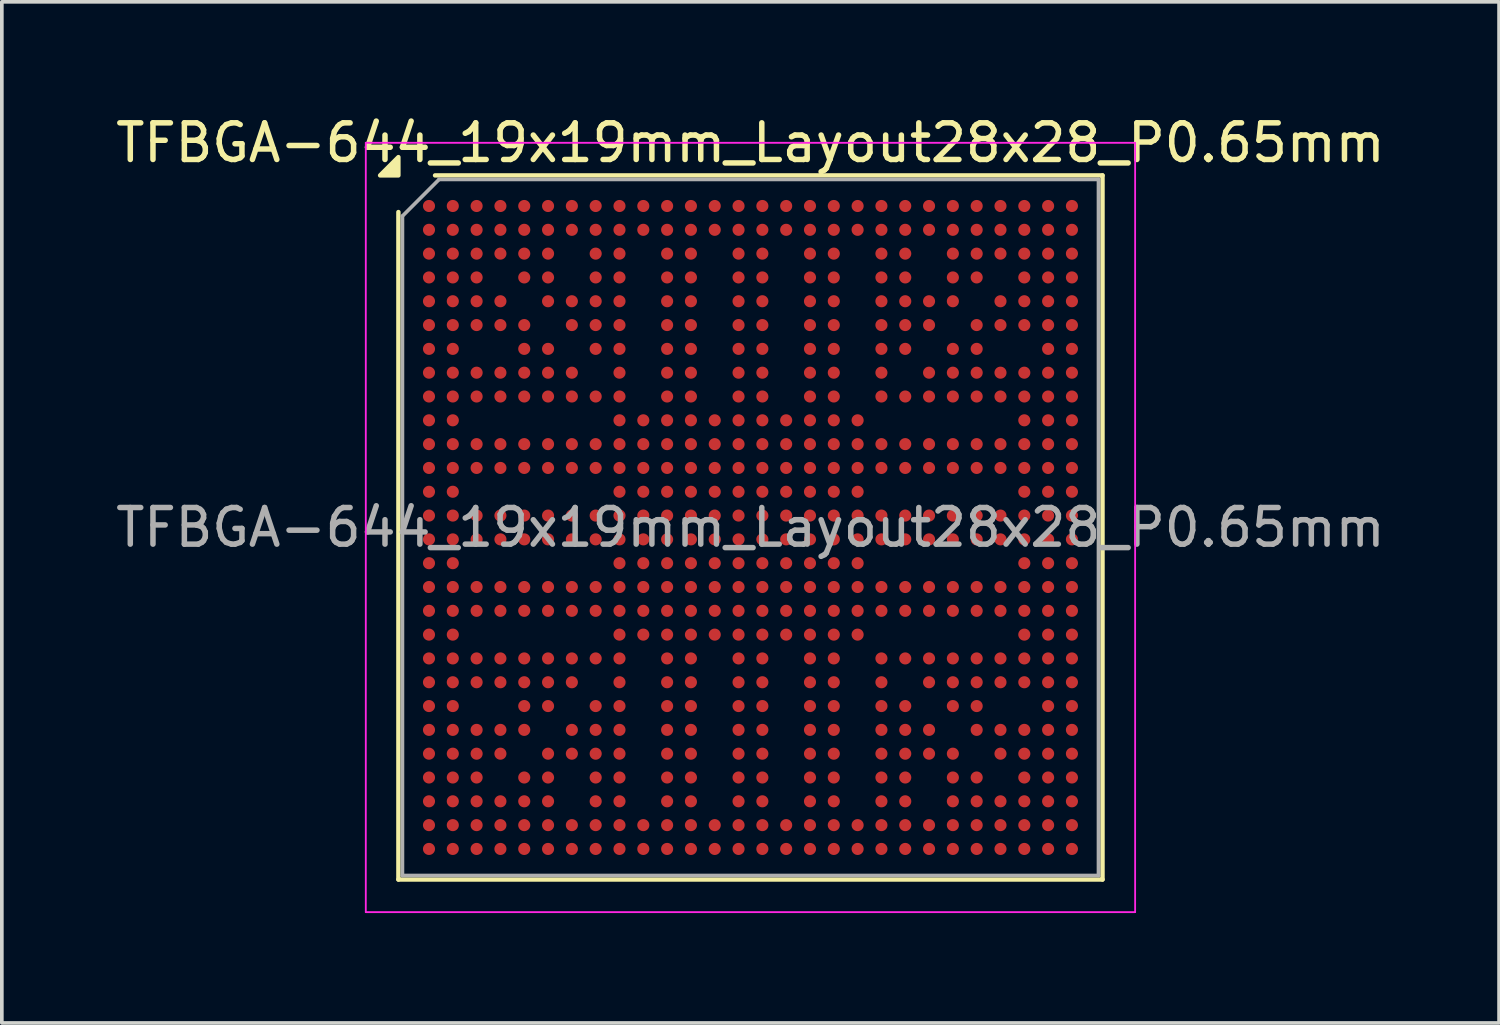
<source format=kicad_pcb>
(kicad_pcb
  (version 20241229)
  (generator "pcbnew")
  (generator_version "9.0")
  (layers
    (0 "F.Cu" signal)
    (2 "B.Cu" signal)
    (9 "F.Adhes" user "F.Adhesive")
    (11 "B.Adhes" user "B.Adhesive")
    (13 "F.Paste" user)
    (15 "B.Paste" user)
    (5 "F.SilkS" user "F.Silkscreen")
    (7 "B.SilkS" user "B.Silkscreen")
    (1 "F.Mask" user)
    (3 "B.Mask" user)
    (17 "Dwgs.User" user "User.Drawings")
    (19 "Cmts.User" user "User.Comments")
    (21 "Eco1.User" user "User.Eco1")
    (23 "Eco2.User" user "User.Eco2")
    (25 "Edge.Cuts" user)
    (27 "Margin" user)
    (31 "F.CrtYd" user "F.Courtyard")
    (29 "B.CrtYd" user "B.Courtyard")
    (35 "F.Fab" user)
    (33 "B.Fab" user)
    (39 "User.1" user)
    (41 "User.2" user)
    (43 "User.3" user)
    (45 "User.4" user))
  (footprint "TFBGA-644_19x19mm_Layout28x28_P0.65mm"
    (layer "F.Cu")
    (at 17.435 11.348)
    (property "Reference" "TFBGA-644_19x19mm_Layout28x28_P0.65mm" (at 0 -10.5 0) (layer "F.SilkS") (effects (font (size 1 1) (thickness 0.15))))
    (attr smd)
    (fp_line (start -9.61 9.61) (end -9.61 -8.61) (stroke (width 0.12) (type solid)) (layer "F.SilkS"))
    (fp_line (start -8.61 -9.61) (end 9.61 -9.61) (stroke (width 0.12) (type solid)) (layer "F.SilkS"))
    (fp_line (start 9.61 -9.61) (end 9.61 9.61) (stroke (width 0.12) (type solid)) (layer "F.SilkS"))
    (fp_line (start 9.61 9.61) (end -9.61 9.61) (stroke (width 0.12) (type solid)) (layer "F.SilkS"))
    (fp_poly (pts (xy -9.61 -9.61) (xy -10.11 -9.61) (xy -9.61 -10.11)) (stroke (width 0.12) (type solid)) (fill yes) (layer "F.SilkS"))
    (fp_line (start -10.5 -10.5) (end -10.5 10.5) (stroke (width 0.05) (type solid)) (layer "F.CrtYd"))
    (fp_line (start -10.5 10.5) (end 10.5 10.5) (stroke (width 0.05) (type solid)) (layer "F.CrtYd"))
    (fp_line (start 10.5 -10.5) (end -10.5 -10.5) (stroke (width 0.05) (type solid)) (layer "F.CrtYd"))
    (fp_line (start 10.5 10.5) (end 10.5 -10.5) (stroke (width 0.05) (type solid)) (layer "F.CrtYd"))
    (fp_line (start -9.5 -8.5) (end -8.5 -9.5) (stroke (width 0.1) (type solid)) (layer "F.Fab"))
    (fp_line (start -9.5 9.5) (end -9.5 -8.5) (stroke (width 0.1) (type solid)) (layer "F.Fab"))
    (fp_line (start -8.5 -9.5) (end 9.5 -9.5) (stroke (width 0.1) (type solid)) (layer "F.Fab"))
    (fp_line (start 9.5 -9.5) (end 9.5 9.5) (stroke (width 0.1) (type solid)) (layer "F.Fab"))
    (fp_line (start 9.5 9.5) (end -9.5 9.5) (stroke (width 0.1) (type solid)) (layer "F.Fab"))
    (fp_text user "${REFERENCE}" (at 0 0 0) (layer "F.Fab") (effects (font (size 1 1) (thickness 0.15))))
    (pad "A1" smd circle (at -8.775 -8.775) (size 0.33 0.33) (property pad_prop_bga) (layers "F.Cu" "F.Mask" "F.Paste"))
    (pad "A2" smd circle (at -8.125 -8.775) (size 0.33 0.33) (property pad_prop_bga) (layers "F.Cu" "F.Mask" "F.Paste"))
    (pad "A3" smd circle (at -7.475 -8.775) (size 0.33 0.33) (property pad_prop_bga) (layers "F.Cu" "F.Mask" "F.Paste"))
    (pad "A4" smd circle (at -6.825 -8.775) (size 0.33 0.33) (property pad_prop_bga) (layers "F.Cu" "F.Mask" "F.Paste"))
    (pad "A5" smd circle (at -6.175 -8.775) (size 0.33 0.33) (property pad_prop_bga) (layers "F.Cu" "F.Mask" "F.Paste"))
    (pad "A6" smd circle (at -5.525 -8.775) (size 0.33 0.33) (property pad_prop_bga) (layers "F.Cu" "F.Mask" "F.Paste"))
    (pad "A7" smd circle (at -4.875 -8.775) (size 0.33 0.33) (property pad_prop_bga) (layers "F.Cu" "F.Mask" "F.Paste"))
    (pad "A8" smd circle (at -4.225 -8.775) (size 0.33 0.33) (property pad_prop_bga) (layers "F.Cu" "F.Mask" "F.Paste"))
    (pad "A9" smd circle (at -3.575 -8.775) (size 0.33 0.33) (property pad_prop_bga) (layers "F.Cu" "F.Mask" "F.Paste"))
    (pad "A10" smd circle (at -2.925 -8.775) (size 0.33 0.33) (property pad_prop_bga) (layers "F.Cu" "F.Mask" "F.Paste"))
    (pad "A11" smd circle (at -2.275 -8.775) (size 0.33 0.33) (property pad_prop_bga) (layers "F.Cu" "F.Mask" "F.Paste"))
    (pad "A12" smd circle (at -1.625 -8.775) (size 0.33 0.33) (property pad_prop_bga) (layers "F.Cu" "F.Mask" "F.Paste"))
    (pad "A13" smd circle (at -0.975 -8.775) (size 0.33 0.33) (property pad_prop_bga) (layers "F.Cu" "F.Mask" "F.Paste"))
    (pad "A14" smd circle (at -0.325 -8.775) (size 0.33 0.33) (property pad_prop_bga) (layers "F.Cu" "F.Mask" "F.Paste"))
    (pad "A15" smd circle (at 0.325 -8.775) (size 0.33 0.33) (property pad_prop_bga) (layers "F.Cu" "F.Mask" "F.Paste"))
    (pad "A16" smd circle (at 0.975 -8.775) (size 0.33 0.33) (property pad_prop_bga) (layers "F.Cu" "F.Mask" "F.Paste"))
    (pad "A17" smd circle (at 1.625 -8.775) (size 0.33 0.33) (property pad_prop_bga) (layers "F.Cu" "F.Mask" "F.Paste"))
    (pad "A18" smd circle (at 2.275 -8.775) (size 0.33 0.33) (property pad_prop_bga) (layers "F.Cu" "F.Mask" "F.Paste"))
    (pad "A19" smd circle (at 2.925 -8.775) (size 0.33 0.33) (property pad_prop_bga) (layers "F.Cu" "F.Mask" "F.Paste"))
    (pad "A20" smd circle (at 3.575 -8.775) (size 0.33 0.33) (property pad_prop_bga) (layers "F.Cu" "F.Mask" "F.Paste"))
    (pad "A21" smd circle (at 4.225 -8.775) (size 0.33 0.33) (property pad_prop_bga) (layers "F.Cu" "F.Mask" "F.Paste"))
    (pad "A22" smd circle (at 4.875 -8.775) (size 0.33 0.33) (property pad_prop_bga) (layers "F.Cu" "F.Mask" "F.Paste"))
    (pad "A23" smd circle (at 5.525 -8.775) (size 0.33 0.33) (property pad_prop_bga) (layers "F.Cu" "F.Mask" "F.Paste"))
    (pad "A24" smd circle (at 6.175 -8.775) (size 0.33 0.33) (property pad_prop_bga) (layers "F.Cu" "F.Mask" "F.Paste"))
    (pad "A25" smd circle (at 6.825 -8.775) (size 0.33 0.33) (property pad_prop_bga) (layers "F.Cu" "F.Mask" "F.Paste"))
    (pad "A26" smd circle (at 7.475 -8.775) (size 0.33 0.33) (property pad_prop_bga) (layers "F.Cu" "F.Mask" "F.Paste"))
    (pad "A27" smd circle (at 8.125 -8.775) (size 0.33 0.33) (property pad_prop_bga) (layers "F.Cu" "F.Mask" "F.Paste"))
    (pad "A28" smd circle (at 8.775 -8.775) (size 0.33 0.33) (property pad_prop_bga) (layers "F.Cu" "F.Mask" "F.Paste"))
    (pad "AA1" smd circle (at -8.775 4.225) (size 0.33 0.33) (property pad_prop_bga) (layers "F.Cu" "F.Mask" "F.Paste"))
    (pad "AA2" smd circle (at -8.125 4.225) (size 0.33 0.33) (property pad_prop_bga) (layers "F.Cu" "F.Mask" "F.Paste"))
    (pad "AA3" smd circle (at -7.475 4.225) (size 0.33 0.33) (property pad_prop_bga) (layers "F.Cu" "F.Mask" "F.Paste"))
    (pad "AA4" smd circle (at -6.825 4.225) (size 0.33 0.33) (property pad_prop_bga) (layers "F.Cu" "F.Mask" "F.Paste"))
    (pad "AA5" smd circle (at -6.175 4.225) (size 0.33 0.33) (property pad_prop_bga) (layers "F.Cu" "F.Mask" "F.Paste"))
    (pad "AA6" smd circle (at -5.525 4.225) (size 0.33 0.33) (property pad_prop_bga) (layers "F.Cu" "F.Mask" "F.Paste"))
    (pad "AA7" smd circle (at -4.875 4.225) (size 0.33 0.33) (property pad_prop_bga) (layers "F.Cu" "F.Mask" "F.Paste"))
    (pad "AA9" smd circle (at -3.575 4.225) (size 0.33 0.33) (property pad_prop_bga) (layers "F.Cu" "F.Mask" "F.Paste"))
    (pad "AA11" smd circle (at -2.275 4.225) (size 0.33 0.33) (property pad_prop_bga) (layers "F.Cu" "F.Mask" "F.Paste"))
    (pad "AA12" smd circle (at -1.625 4.225) (size 0.33 0.33) (property pad_prop_bga) (layers "F.Cu" "F.Mask" "F.Paste"))
    (pad "AA14" smd circle (at -0.325 4.225) (size 0.33 0.33) (property pad_prop_bga) (layers "F.Cu" "F.Mask" "F.Paste"))
    (pad "AA15" smd circle (at 0.325 4.225) (size 0.33 0.33) (property pad_prop_bga) (layers "F.Cu" "F.Mask" "F.Paste"))
    (pad "AA17" smd circle (at 1.625 4.225) (size 0.33 0.33) (property pad_prop_bga) (layers "F.Cu" "F.Mask" "F.Paste"))
    (pad "AA18" smd circle (at 2.275 4.225) (size 0.33 0.33) (property pad_prop_bga) (layers "F.Cu" "F.Mask" "F.Paste"))
    (pad "AA20" smd circle (at 3.575 4.225) (size 0.33 0.33) (property pad_prop_bga) (layers "F.Cu" "F.Mask" "F.Paste"))
    (pad "AA22" smd circle (at 4.875 4.225) (size 0.33 0.33) (property pad_prop_bga) (layers "F.Cu" "F.Mask" "F.Paste"))
    (pad "AA23" smd circle (at 5.525 4.225) (size 0.33 0.33) (property pad_prop_bga) (layers "F.Cu" "F.Mask" "F.Paste"))
    (pad "AA24" smd circle (at 6.175 4.225) (size 0.33 0.33) (property pad_prop_bga) (layers "F.Cu" "F.Mask" "F.Paste"))
    (pad "AA25" smd circle (at 6.825 4.225) (size 0.33 0.33) (property pad_prop_bga) (layers "F.Cu" "F.Mask" "F.Paste"))
    (pad "AA26" smd circle (at 7.475 4.225) (size 0.33 0.33) (property pad_prop_bga) (layers "F.Cu" "F.Mask" "F.Paste"))
    (pad "AA27" smd circle (at 8.125 4.225) (size 0.33 0.33) (property pad_prop_bga) (layers "F.Cu" "F.Mask" "F.Paste"))
    (pad "AA28" smd circle (at 8.775 4.225) (size 0.33 0.33) (property pad_prop_bga) (layers "F.Cu" "F.Mask" "F.Paste"))
    (pad "AB1" smd circle (at -8.775 4.875) (size 0.33 0.33) (property pad_prop_bga) (layers "F.Cu" "F.Mask" "F.Paste"))
    (pad "AB2" smd circle (at -8.125 4.875) (size 0.33 0.33) (property pad_prop_bga) (layers "F.Cu" "F.Mask" "F.Paste"))
    (pad "AB5" smd circle (at -6.175 4.875) (size 0.33 0.33) (property pad_prop_bga) (layers "F.Cu" "F.Mask" "F.Paste"))
    (pad "AB6" smd circle (at -5.525 4.875) (size 0.33 0.33) (property pad_prop_bga) (layers "F.Cu" "F.Mask" "F.Paste"))
    (pad "AB8" smd circle (at -4.225 4.875) (size 0.33 0.33) (property pad_prop_bga) (layers "F.Cu" "F.Mask" "F.Paste"))
    (pad "AB9" smd circle (at -3.575 4.875) (size 0.33 0.33) (property pad_prop_bga) (layers "F.Cu" "F.Mask" "F.Paste"))
    (pad "AB11" smd circle (at -2.275 4.875) (size 0.33 0.33) (property pad_prop_bga) (layers "F.Cu" "F.Mask" "F.Paste"))
    (pad "AB12" smd circle (at -1.625 4.875) (size 0.33 0.33) (property pad_prop_bga) (layers "F.Cu" "F.Mask" "F.Paste"))
    (pad "AB14" smd circle (at -0.325 4.875) (size 0.33 0.33) (property pad_prop_bga) (layers "F.Cu" "F.Mask" "F.Paste"))
    (pad "AB15" smd circle (at 0.325 4.875) (size 0.33 0.33) (property pad_prop_bga) (layers "F.Cu" "F.Mask" "F.Paste"))
    (pad "AB17" smd circle (at 1.625 4.875) (size 0.33 0.33) (property pad_prop_bga) (layers "F.Cu" "F.Mask" "F.Paste"))
    (pad "AB18" smd circle (at 2.275 4.875) (size 0.33 0.33) (property pad_prop_bga) (layers "F.Cu" "F.Mask" "F.Paste"))
    (pad "AB20" smd circle (at 3.575 4.875) (size 0.33 0.33) (property pad_prop_bga) (layers "F.Cu" "F.Mask" "F.Paste"))
    (pad "AB21" smd circle (at 4.225 4.875) (size 0.33 0.33) (property pad_prop_bga) (layers "F.Cu" "F.Mask" "F.Paste"))
    (pad "AB23" smd circle (at 5.525 4.875) (size 0.33 0.33) (property pad_prop_bga) (layers "F.Cu" "F.Mask" "F.Paste"))
    (pad "AB24" smd circle (at 6.175 4.875) (size 0.33 0.33) (property pad_prop_bga) (layers "F.Cu" "F.Mask" "F.Paste"))
    (pad "AB27" smd circle (at 8.125 4.875) (size 0.33 0.33) (property pad_prop_bga) (layers "F.Cu" "F.Mask" "F.Paste"))
    (pad "AB28" smd circle (at 8.775 4.875) (size 0.33 0.33) (property pad_prop_bga) (layers "F.Cu" "F.Mask" "F.Paste"))
    (pad "AC1" smd circle (at -8.775 5.525) (size 0.33 0.33) (property pad_prop_bga) (layers "F.Cu" "F.Mask" "F.Paste"))
    (pad "AC2" smd circle (at -8.125 5.525) (size 0.33 0.33) (property pad_prop_bga) (layers "F.Cu" "F.Mask" "F.Paste"))
    (pad "AC3" smd circle (at -7.475 5.525) (size 0.33 0.33) (property pad_prop_bga) (layers "F.Cu" "F.Mask" "F.Paste"))
    (pad "AC4" smd circle (at -6.825 5.525) (size 0.33 0.33) (property pad_prop_bga) (layers "F.Cu" "F.Mask" "F.Paste"))
    (pad "AC5" smd circle (at -6.175 5.525) (size 0.33 0.33) (property pad_prop_bga) (layers "F.Cu" "F.Mask" "F.Paste"))
    (pad "AC7" smd circle (at -4.875 5.525) (size 0.33 0.33) (property pad_prop_bga) (layers "F.Cu" "F.Mask" "F.Paste"))
    (pad "AC8" smd circle (at -4.225 5.525) (size 0.33 0.33) (property pad_prop_bga) (layers "F.Cu" "F.Mask" "F.Paste"))
    (pad "AC9" smd circle (at -3.575 5.525) (size 0.33 0.33) (property pad_prop_bga) (layers "F.Cu" "F.Mask" "F.Paste"))
    (pad "AC11" smd circle (at -2.275 5.525) (size 0.33 0.33) (property pad_prop_bga) (layers "F.Cu" "F.Mask" "F.Paste"))
    (pad "AC12" smd circle (at -1.625 5.525) (size 0.33 0.33) (property pad_prop_bga) (layers "F.Cu" "F.Mask" "F.Paste"))
    (pad "AC14" smd circle (at -0.325 5.525) (size 0.33 0.33) (property pad_prop_bga) (layers "F.Cu" "F.Mask" "F.Paste"))
    (pad "AC15" smd circle (at 0.325 5.525) (size 0.33 0.33) (property pad_prop_bga) (layers "F.Cu" "F.Mask" "F.Paste"))
    (pad "AC17" smd circle (at 1.625 5.525) (size 0.33 0.33) (property pad_prop_bga) (layers "F.Cu" "F.Mask" "F.Paste"))
    (pad "AC18" smd circle (at 2.275 5.525) (size 0.33 0.33) (property pad_prop_bga) (layers "F.Cu" "F.Mask" "F.Paste"))
    (pad "AC20" smd circle (at 3.575 5.525) (size 0.33 0.33) (property pad_prop_bga) (layers "F.Cu" "F.Mask" "F.Paste"))
    (pad "AC21" smd circle (at 4.225 5.525) (size 0.33 0.33) (property pad_prop_bga) (layers "F.Cu" "F.Mask" "F.Paste"))
    (pad "AC22" smd circle (at 4.875 5.525) (size 0.33 0.33) (property pad_prop_bga) (layers "F.Cu" "F.Mask" "F.Paste"))
    (pad "AC24" smd circle (at 6.175 5.525) (size 0.33 0.33) (property pad_prop_bga) (layers "F.Cu" "F.Mask" "F.Paste"))
    (pad "AC25" smd circle (at 6.825 5.525) (size 0.33 0.33) (property pad_prop_bga) (layers "F.Cu" "F.Mask" "F.Paste"))
    (pad "AC26" smd circle (at 7.475 5.525) (size 0.33 0.33) (property pad_prop_bga) (layers "F.Cu" "F.Mask" "F.Paste"))
    (pad "AC27" smd circle (at 8.125 5.525) (size 0.33 0.33) (property pad_prop_bga) (layers "F.Cu" "F.Mask" "F.Paste"))
    (pad "AC28" smd circle (at 8.775 5.525) (size 0.33 0.33) (property pad_prop_bga) (layers "F.Cu" "F.Mask" "F.Paste"))
    (pad "AD1" smd circle (at -8.775 6.175) (size 0.33 0.33) (property pad_prop_bga) (layers "F.Cu" "F.Mask" "F.Paste"))
    (pad "AD2" smd circle (at -8.125 6.175) (size 0.33 0.33) (property pad_prop_bga) (layers "F.Cu" "F.Mask" "F.Paste"))
    (pad "AD3" smd circle (at -7.475 6.175) (size 0.33 0.33) (property pad_prop_bga) (layers "F.Cu" "F.Mask" "F.Paste"))
    (pad "AD4" smd circle (at -6.825 6.175) (size 0.33 0.33) (property pad_prop_bga) (layers "F.Cu" "F.Mask" "F.Paste"))
    (pad "AD6" smd circle (at -5.525 6.175) (size 0.33 0.33) (property pad_prop_bga) (layers "F.Cu" "F.Mask" "F.Paste"))
    (pad "AD7" smd circle (at -4.875 6.175) (size 0.33 0.33) (property pad_prop_bga) (layers "F.Cu" "F.Mask" "F.Paste"))
    (pad "AD8" smd circle (at -4.225 6.175) (size 0.33 0.33) (property pad_prop_bga) (layers "F.Cu" "F.Mask" "F.Paste"))
    (pad "AD9" smd circle (at -3.575 6.175) (size 0.33 0.33) (property pad_prop_bga) (layers "F.Cu" "F.Mask" "F.Paste"))
    (pad "AD11" smd circle (at -2.275 6.175) (size 0.33 0.33) (property pad_prop_bga) (layers "F.Cu" "F.Mask" "F.Paste"))
    (pad "AD12" smd circle (at -1.625 6.175) (size 0.33 0.33) (property pad_prop_bga) (layers "F.Cu" "F.Mask" "F.Paste"))
    (pad "AD14" smd circle (at -0.325 6.175) (size 0.33 0.33) (property pad_prop_bga) (layers "F.Cu" "F.Mask" "F.Paste"))
    (pad "AD15" smd circle (at 0.325 6.175) (size 0.33 0.33) (property pad_prop_bga) (layers "F.Cu" "F.Mask" "F.Paste"))
    (pad "AD17" smd circle (at 1.625 6.175) (size 0.33 0.33) (property pad_prop_bga) (layers "F.Cu" "F.Mask" "F.Paste"))
    (pad "AD18" smd circle (at 2.275 6.175) (size 0.33 0.33) (property pad_prop_bga) (layers "F.Cu" "F.Mask" "F.Paste"))
    (pad "AD20" smd circle (at 3.575 6.175) (size 0.33 0.33) (property pad_prop_bga) (layers "F.Cu" "F.Mask" "F.Paste"))
    (pad "AD21" smd circle (at 4.225 6.175) (size 0.33 0.33) (property pad_prop_bga) (layers "F.Cu" "F.Mask" "F.Paste"))
    (pad "AD22" smd circle (at 4.875 6.175) (size 0.33 0.33) (property pad_prop_bga) (layers "F.Cu" "F.Mask" "F.Paste"))
    (pad "AD23" smd circle (at 5.525 6.175) (size 0.33 0.33) (property pad_prop_bga) (layers "F.Cu" "F.Mask" "F.Paste"))
    (pad "AD25" smd circle (at 6.825 6.175) (size 0.33 0.33) (property pad_prop_bga) (layers "F.Cu" "F.Mask" "F.Paste"))
    (pad "AD26" smd circle (at 7.475 6.175) (size 0.33 0.33) (property pad_prop_bga) (layers "F.Cu" "F.Mask" "F.Paste"))
    (pad "AD27" smd circle (at 8.125 6.175) (size 0.33 0.33) (property pad_prop_bga) (layers "F.Cu" "F.Mask" "F.Paste"))
    (pad "AD28" smd circle (at 8.775 6.175) (size 0.33 0.33) (property pad_prop_bga) (layers "F.Cu" "F.Mask" "F.Paste"))
    (pad "AE1" smd circle (at -8.775 6.825) (size 0.33 0.33) (property pad_prop_bga) (layers "F.Cu" "F.Mask" "F.Paste"))
    (pad "AE2" smd circle (at -8.125 6.825) (size 0.33 0.33) (property pad_prop_bga) (layers "F.Cu" "F.Mask" "F.Paste"))
    (pad "AE3" smd circle (at -7.475 6.825) (size 0.33 0.33) (property pad_prop_bga) (layers "F.Cu" "F.Mask" "F.Paste"))
    (pad "AE5" smd circle (at -6.175 6.825) (size 0.33 0.33) (property pad_prop_bga) (layers "F.Cu" "F.Mask" "F.Paste"))
    (pad "AE6" smd circle (at -5.525 6.825) (size 0.33 0.33) (property pad_prop_bga) (layers "F.Cu" "F.Mask" "F.Paste"))
    (pad "AE8" smd circle (at -4.225 6.825) (size 0.33 0.33) (property pad_prop_bga) (layers "F.Cu" "F.Mask" "F.Paste"))
    (pad "AE9" smd circle (at -3.575 6.825) (size 0.33 0.33) (property pad_prop_bga) (layers "F.Cu" "F.Mask" "F.Paste"))
    (pad "AE11" smd circle (at -2.275 6.825) (size 0.33 0.33) (property pad_prop_bga) (layers "F.Cu" "F.Mask" "F.Paste"))
    (pad "AE12" smd circle (at -1.625 6.825) (size 0.33 0.33) (property pad_prop_bga) (layers "F.Cu" "F.Mask" "F.Paste"))
    (pad "AE14" smd circle (at -0.325 6.825) (size 0.33 0.33) (property pad_prop_bga) (layers "F.Cu" "F.Mask" "F.Paste"))
    (pad "AE15" smd circle (at 0.325 6.825) (size 0.33 0.33) (property pad_prop_bga) (layers "F.Cu" "F.Mask" "F.Paste"))
    (pad "AE17" smd circle (at 1.625 6.825) (size 0.33 0.33) (property pad_prop_bga) (layers "F.Cu" "F.Mask" "F.Paste"))
    (pad "AE18" smd circle (at 2.275 6.825) (size 0.33 0.33) (property pad_prop_bga) (layers "F.Cu" "F.Mask" "F.Paste"))
    (pad "AE20" smd circle (at 3.575 6.825) (size 0.33 0.33) (property pad_prop_bga) (layers "F.Cu" "F.Mask" "F.Paste"))
    (pad "AE21" smd circle (at 4.225 6.825) (size 0.33 0.33) (property pad_prop_bga) (layers "F.Cu" "F.Mask" "F.Paste"))
    (pad "AE23" smd circle (at 5.525 6.825) (size 0.33 0.33) (property pad_prop_bga) (layers "F.Cu" "F.Mask" "F.Paste"))
    (pad "AE24" smd circle (at 6.175 6.825) (size 0.33 0.33) (property pad_prop_bga) (layers "F.Cu" "F.Mask" "F.Paste"))
    (pad "AE26" smd circle (at 7.475 6.825) (size 0.33 0.33) (property pad_prop_bga) (layers "F.Cu" "F.Mask" "F.Paste"))
    (pad "AE27" smd circle (at 8.125 6.825) (size 0.33 0.33) (property pad_prop_bga) (layers "F.Cu" "F.Mask" "F.Paste"))
    (pad "AE28" smd circle (at 8.775 6.825) (size 0.33 0.33) (property pad_prop_bga) (layers "F.Cu" "F.Mask" "F.Paste"))
    (pad "AF1" smd circle (at -8.775 7.475) (size 0.33 0.33) (property pad_prop_bga) (layers "F.Cu" "F.Mask" "F.Paste"))
    (pad "AF2" smd circle (at -8.125 7.475) (size 0.33 0.33) (property pad_prop_bga) (layers "F.Cu" "F.Mask" "F.Paste"))
    (pad "AF3" smd circle (at -7.475 7.475) (size 0.33 0.33) (property pad_prop_bga) (layers "F.Cu" "F.Mask" "F.Paste"))
    (pad "AF4" smd circle (at -6.825 7.475) (size 0.33 0.33) (property pad_prop_bga) (layers "F.Cu" "F.Mask" "F.Paste"))
    (pad "AF5" smd circle (at -6.175 7.475) (size 0.33 0.33) (property pad_prop_bga) (layers "F.Cu" "F.Mask" "F.Paste"))
    (pad "AF6" smd circle (at -5.525 7.475) (size 0.33 0.33) (property pad_prop_bga) (layers "F.Cu" "F.Mask" "F.Paste"))
    (pad "AF8" smd circle (at -4.225 7.475) (size 0.33 0.33) (property pad_prop_bga) (layers "F.Cu" "F.Mask" "F.Paste"))
    (pad "AF9" smd circle (at -3.575 7.475) (size 0.33 0.33) (property pad_prop_bga) (layers "F.Cu" "F.Mask" "F.Paste"))
    (pad "AF11" smd circle (at -2.275 7.475) (size 0.33 0.33) (property pad_prop_bga) (layers "F.Cu" "F.Mask" "F.Paste"))
    (pad "AF12" smd circle (at -1.625 7.475) (size 0.33 0.33) (property pad_prop_bga) (layers "F.Cu" "F.Mask" "F.Paste"))
    (pad "AF14" smd circle (at -0.325 7.475) (size 0.33 0.33) (property pad_prop_bga) (layers "F.Cu" "F.Mask" "F.Paste"))
    (pad "AF15" smd circle (at 0.325 7.475) (size 0.33 0.33) (property pad_prop_bga) (layers "F.Cu" "F.Mask" "F.Paste"))
    (pad "AF17" smd circle (at 1.625 7.475) (size 0.33 0.33) (property pad_prop_bga) (layers "F.Cu" "F.Mask" "F.Paste"))
    (pad "AF18" smd circle (at 2.275 7.475) (size 0.33 0.33) (property pad_prop_bga) (layers "F.Cu" "F.Mask" "F.Paste"))
    (pad "AF20" smd circle (at 3.575 7.475) (size 0.33 0.33) (property pad_prop_bga) (layers "F.Cu" "F.Mask" "F.Paste"))
    (pad "AF21" smd circle (at 4.225 7.475) (size 0.33 0.33) (property pad_prop_bga) (layers "F.Cu" "F.Mask" "F.Paste"))
    (pad "AF23" smd circle (at 5.525 7.475) (size 0.33 0.33) (property pad_prop_bga) (layers "F.Cu" "F.Mask" "F.Paste"))
    (pad "AF24" smd circle (at 6.175 7.475) (size 0.33 0.33) (property pad_prop_bga) (layers "F.Cu" "F.Mask" "F.Paste"))
    (pad "AF25" smd circle (at 6.825 7.475) (size 0.33 0.33) (property pad_prop_bga) (layers "F.Cu" "F.Mask" "F.Paste"))
    (pad "AF26" smd circle (at 7.475 7.475) (size 0.33 0.33) (property pad_prop_bga) (layers "F.Cu" "F.Mask" "F.Paste"))
    (pad "AF27" smd circle (at 8.125 7.475) (size 0.33 0.33) (property pad_prop_bga) (layers "F.Cu" "F.Mask" "F.Paste"))
    (pad "AF28" smd circle (at 8.775 7.475) (size 0.33 0.33) (property pad_prop_bga) (layers "F.Cu" "F.Mask" "F.Paste"))
    (pad "AG1" smd circle (at -8.775 8.125) (size 0.33 0.33) (property pad_prop_bga) (layers "F.Cu" "F.Mask" "F.Paste"))
    (pad "AG2" smd circle (at -8.125 8.125) (size 0.33 0.33) (property pad_prop_bga) (layers "F.Cu" "F.Mask" "F.Paste"))
    (pad "AG3" smd circle (at -7.475 8.125) (size 0.33 0.33) (property pad_prop_bga) (layers "F.Cu" "F.Mask" "F.Paste"))
    (pad "AG4" smd circle (at -6.825 8.125) (size 0.33 0.33) (property pad_prop_bga) (layers "F.Cu" "F.Mask" "F.Paste"))
    (pad "AG5" smd circle (at -6.175 8.125) (size 0.33 0.33) (property pad_prop_bga) (layers "F.Cu" "F.Mask" "F.Paste"))
    (pad "AG6" smd circle (at -5.525 8.125) (size 0.33 0.33) (property pad_prop_bga) (layers "F.Cu" "F.Mask" "F.Paste"))
    (pad "AG7" smd circle (at -4.875 8.125) (size 0.33 0.33) (property pad_prop_bga) (layers "F.Cu" "F.Mask" "F.Paste"))
    (pad "AG8" smd circle (at -4.225 8.125) (size 0.33 0.33) (property pad_prop_bga) (layers "F.Cu" "F.Mask" "F.Paste"))
    (pad "AG9" smd circle (at -3.575 8.125) (size 0.33 0.33) (property pad_prop_bga) (layers "F.Cu" "F.Mask" "F.Paste"))
    (pad "AG10" smd circle (at -2.925 8.125) (size 0.33 0.33) (property pad_prop_bga) (layers "F.Cu" "F.Mask" "F.Paste"))
    (pad "AG11" smd circle (at -2.275 8.125) (size 0.33 0.33) (property pad_prop_bga) (layers "F.Cu" "F.Mask" "F.Paste"))
    (pad "AG12" smd circle (at -1.625 8.125) (size 0.33 0.33) (property pad_prop_bga) (layers "F.Cu" "F.Mask" "F.Paste"))
    (pad "AG13" smd circle (at -0.975 8.125) (size 0.33 0.33) (property pad_prop_bga) (layers "F.Cu" "F.Mask" "F.Paste"))
    (pad "AG14" smd circle (at -0.325 8.125) (size 0.33 0.33) (property pad_prop_bga) (layers "F.Cu" "F.Mask" "F.Paste"))
    (pad "AG15" smd circle (at 0.325 8.125) (size 0.33 0.33) (property pad_prop_bga) (layers "F.Cu" "F.Mask" "F.Paste"))
    (pad "AG16" smd circle (at 0.975 8.125) (size 0.33 0.33) (property pad_prop_bga) (layers "F.Cu" "F.Mask" "F.Paste"))
    (pad "AG17" smd circle (at 1.625 8.125) (size 0.33 0.33) (property pad_prop_bga) (layers "F.Cu" "F.Mask" "F.Paste"))
    (pad "AG18" smd circle (at 2.275 8.125) (size 0.33 0.33) (property pad_prop_bga) (layers "F.Cu" "F.Mask" "F.Paste"))
    (pad "AG19" smd circle (at 2.925 8.125) (size 0.33 0.33) (property pad_prop_bga) (layers "F.Cu" "F.Mask" "F.Paste"))
    (pad "AG20" smd circle (at 3.575 8.125) (size 0.33 0.33) (property pad_prop_bga) (layers "F.Cu" "F.Mask" "F.Paste"))
    (pad "AG21" smd circle (at 4.225 8.125) (size 0.33 0.33) (property pad_prop_bga) (layers "F.Cu" "F.Mask" "F.Paste"))
    (pad "AG22" smd circle (at 4.875 8.125) (size 0.33 0.33) (property pad_prop_bga) (layers "F.Cu" "F.Mask" "F.Paste"))
    (pad "AG23" smd circle (at 5.525 8.125) (size 0.33 0.33) (property pad_prop_bga) (layers "F.Cu" "F.Mask" "F.Paste"))
    (pad "AG24" smd circle (at 6.175 8.125) (size 0.33 0.33) (property pad_prop_bga) (layers "F.Cu" "F.Mask" "F.Paste"))
    (pad "AG25" smd circle (at 6.825 8.125) (size 0.33 0.33) (property pad_prop_bga) (layers "F.Cu" "F.Mask" "F.Paste"))
    (pad "AG26" smd circle (at 7.475 8.125) (size 0.33 0.33) (property pad_prop_bga) (layers "F.Cu" "F.Mask" "F.Paste"))
    (pad "AG27" smd circle (at 8.125 8.125) (size 0.33 0.33) (property pad_prop_bga) (layers "F.Cu" "F.Mask" "F.Paste"))
    (pad "AG28" smd circle (at 8.775 8.125) (size 0.33 0.33) (property pad_prop_bga) (layers "F.Cu" "F.Mask" "F.Paste"))
    (pad "AH1" smd circle (at -8.775 8.775) (size 0.33 0.33) (property pad_prop_bga) (layers "F.Cu" "F.Mask" "F.Paste"))
    (pad "AH2" smd circle (at -8.125 8.775) (size 0.33 0.33) (property pad_prop_bga) (layers "F.Cu" "F.Mask" "F.Paste"))
    (pad "AH3" smd circle (at -7.475 8.775) (size 0.33 0.33) (property pad_prop_bga) (layers "F.Cu" "F.Mask" "F.Paste"))
    (pad "AH4" smd circle (at -6.825 8.775) (size 0.33 0.33) (property pad_prop_bga) (layers "F.Cu" "F.Mask" "F.Paste"))
    (pad "AH5" smd circle (at -6.175 8.775) (size 0.33 0.33) (property pad_prop_bga) (layers "F.Cu" "F.Mask" "F.Paste"))
    (pad "AH6" smd circle (at -5.525 8.775) (size 0.33 0.33) (property pad_prop_bga) (layers "F.Cu" "F.Mask" "F.Paste"))
    (pad "AH7" smd circle (at -4.875 8.775) (size 0.33 0.33) (property pad_prop_bga) (layers "F.Cu" "F.Mask" "F.Paste"))
    (pad "AH8" smd circle (at -4.225 8.775) (size 0.33 0.33) (property pad_prop_bga) (layers "F.Cu" "F.Mask" "F.Paste"))
    (pad "AH9" smd circle (at -3.575 8.775) (size 0.33 0.33) (property pad_prop_bga) (layers "F.Cu" "F.Mask" "F.Paste"))
    (pad "AH10" smd circle (at -2.925 8.775) (size 0.33 0.33) (property pad_prop_bga) (layers "F.Cu" "F.Mask" "F.Paste"))
    (pad "AH11" smd circle (at -2.275 8.775) (size 0.33 0.33) (property pad_prop_bga) (layers "F.Cu" "F.Mask" "F.Paste"))
    (pad "AH12" smd circle (at -1.625 8.775) (size 0.33 0.33) (property pad_prop_bga) (layers "F.Cu" "F.Mask" "F.Paste"))
    (pad "AH13" smd circle (at -0.975 8.775) (size 0.33 0.33) (property pad_prop_bga) (layers "F.Cu" "F.Mask" "F.Paste"))
    (pad "AH14" smd circle (at -0.325 8.775) (size 0.33 0.33) (property pad_prop_bga) (layers "F.Cu" "F.Mask" "F.Paste"))
    (pad "AH15" smd circle (at 0.325 8.775) (size 0.33 0.33) (property pad_prop_bga) (layers "F.Cu" "F.Mask" "F.Paste"))
    (pad "AH16" smd circle (at 0.975 8.775) (size 0.33 0.33) (property pad_prop_bga) (layers "F.Cu" "F.Mask" "F.Paste"))
    (pad "AH17" smd circle (at 1.625 8.775) (size 0.33 0.33) (property pad_prop_bga) (layers "F.Cu" "F.Mask" "F.Paste"))
    (pad "AH18" smd circle (at 2.275 8.775) (size 0.33 0.33) (property pad_prop_bga) (layers "F.Cu" "F.Mask" "F.Paste"))
    (pad "AH19" smd circle (at 2.925 8.775) (size 0.33 0.33) (property pad_prop_bga) (layers "F.Cu" "F.Mask" "F.Paste"))
    (pad "AH20" smd circle (at 3.575 8.775) (size 0.33 0.33) (property pad_prop_bga) (layers "F.Cu" "F.Mask" "F.Paste"))
    (pad "AH21" smd circle (at 4.225 8.775) (size 0.33 0.33) (property pad_prop_bga) (layers "F.Cu" "F.Mask" "F.Paste"))
    (pad "AH22" smd circle (at 4.875 8.775) (size 0.33 0.33) (property pad_prop_bga) (layers "F.Cu" "F.Mask" "F.Paste"))
    (pad "AH23" smd circle (at 5.525 8.775) (size 0.33 0.33) (property pad_prop_bga) (layers "F.Cu" "F.Mask" "F.Paste"))
    (pad "AH24" smd circle (at 6.175 8.775) (size 0.33 0.33) (property pad_prop_bga) (layers "F.Cu" "F.Mask" "F.Paste"))
    (pad "AH25" smd circle (at 6.825 8.775) (size 0.33 0.33) (property pad_prop_bga) (layers "F.Cu" "F.Mask" "F.Paste"))
    (pad "AH26" smd circle (at 7.475 8.775) (size 0.33 0.33) (property pad_prop_bga) (layers "F.Cu" "F.Mask" "F.Paste"))
    (pad "AH27" smd circle (at 8.125 8.775) (size 0.33 0.33) (property pad_prop_bga) (layers "F.Cu" "F.Mask" "F.Paste"))
    (pad "AH28" smd circle (at 8.775 8.775) (size 0.33 0.33) (property pad_prop_bga) (layers "F.Cu" "F.Mask" "F.Paste"))
    (pad "B1" smd circle (at -8.775 -8.125) (size 0.33 0.33) (property pad_prop_bga) (layers "F.Cu" "F.Mask" "F.Paste"))
    (pad "B2" smd circle (at -8.125 -8.125) (size 0.33 0.33) (property pad_prop_bga) (layers "F.Cu" "F.Mask" "F.Paste"))
    (pad "B3" smd circle (at -7.475 -8.125) (size 0.33 0.33) (property pad_prop_bga) (layers "F.Cu" "F.Mask" "F.Paste"))
    (pad "B4" smd circle (at -6.825 -8.125) (size 0.33 0.33) (property pad_prop_bga) (layers "F.Cu" "F.Mask" "F.Paste"))
    (pad "B5" smd circle (at -6.175 -8.125) (size 0.33 0.33) (property pad_prop_bga) (layers "F.Cu" "F.Mask" "F.Paste"))
    (pad "B6" smd circle (at -5.525 -8.125) (size 0.33 0.33) (property pad_prop_bga) (layers "F.Cu" "F.Mask" "F.Paste"))
    (pad "B7" smd circle (at -4.875 -8.125) (size 0.33 0.33) (property pad_prop_bga) (layers "F.Cu" "F.Mask" "F.Paste"))
    (pad "B8" smd circle (at -4.225 -8.125) (size 0.33 0.33) (property pad_prop_bga) (layers "F.Cu" "F.Mask" "F.Paste"))
    (pad "B9" smd circle (at -3.575 -8.125) (size 0.33 0.33) (property pad_prop_bga) (layers "F.Cu" "F.Mask" "F.Paste"))
    (pad "B10" smd circle (at -2.925 -8.125) (size 0.33 0.33) (property pad_prop_bga) (layers "F.Cu" "F.Mask" "F.Paste"))
    (pad "B11" smd circle (at -2.275 -8.125) (size 0.33 0.33) (property pad_prop_bga) (layers "F.Cu" "F.Mask" "F.Paste"))
    (pad "B12" smd circle (at -1.625 -8.125) (size 0.33 0.33) (property pad_prop_bga) (layers "F.Cu" "F.Mask" "F.Paste"))
    (pad "B13" smd circle (at -0.975 -8.125) (size 0.33 0.33) (property pad_prop_bga) (layers "F.Cu" "F.Mask" "F.Paste"))
    (pad "B14" smd circle (at -0.325 -8.125) (size 0.33 0.33) (property pad_prop_bga) (layers "F.Cu" "F.Mask" "F.Paste"))
    (pad "B15" smd circle (at 0.325 -8.125) (size 0.33 0.33) (property pad_prop_bga) (layers "F.Cu" "F.Mask" "F.Paste"))
    (pad "B16" smd circle (at 0.975 -8.125) (size 0.33 0.33) (property pad_prop_bga) (layers "F.Cu" "F.Mask" "F.Paste"))
    (pad "B17" smd circle (at 1.625 -8.125) (size 0.33 0.33) (property pad_prop_bga) (layers "F.Cu" "F.Mask" "F.Paste"))
    (pad "B18" smd circle (at 2.275 -8.125) (size 0.33 0.33) (property pad_prop_bga) (layers "F.Cu" "F.Mask" "F.Paste"))
    (pad "B19" smd circle (at 2.925 -8.125) (size 0.33 0.33) (property pad_prop_bga) (layers "F.Cu" "F.Mask" "F.Paste"))
    (pad "B20" smd circle (at 3.575 -8.125) (size 0.33 0.33) (property pad_prop_bga) (layers "F.Cu" "F.Mask" "F.Paste"))
    (pad "B21" smd circle (at 4.225 -8.125) (size 0.33 0.33) (property pad_prop_bga) (layers "F.Cu" "F.Mask" "F.Paste"))
    (pad "B22" smd circle (at 4.875 -8.125) (size 0.33 0.33) (property pad_prop_bga) (layers "F.Cu" "F.Mask" "F.Paste"))
    (pad "B23" smd circle (at 5.525 -8.125) (size 0.33 0.33) (property pad_prop_bga) (layers "F.Cu" "F.Mask" "F.Paste"))
    (pad "B24" smd circle (at 6.175 -8.125) (size 0.33 0.33) (property pad_prop_bga) (layers "F.Cu" "F.Mask" "F.Paste"))
    (pad "B25" smd circle (at 6.825 -8.125) (size 0.33 0.33) (property pad_prop_bga) (layers "F.Cu" "F.Mask" "F.Paste"))
    (pad "B26" smd circle (at 7.475 -8.125) (size 0.33 0.33) (property pad_prop_bga) (layers "F.Cu" "F.Mask" "F.Paste"))
    (pad "B27" smd circle (at 8.125 -8.125) (size 0.33 0.33) (property pad_prop_bga) (layers "F.Cu" "F.Mask" "F.Paste"))
    (pad "B28" smd circle (at 8.775 -8.125) (size 0.33 0.33) (property pad_prop_bga) (layers "F.Cu" "F.Mask" "F.Paste"))
    (pad "C1" smd circle (at -8.775 -7.475) (size 0.33 0.33) (property pad_prop_bga) (layers "F.Cu" "F.Mask" "F.Paste"))
    (pad "C2" smd circle (at -8.125 -7.475) (size 0.33 0.33) (property pad_prop_bga) (layers "F.Cu" "F.Mask" "F.Paste"))
    (pad "C3" smd circle (at -7.475 -7.475) (size 0.33 0.33) (property pad_prop_bga) (layers "F.Cu" "F.Mask" "F.Paste"))
    (pad "C4" smd circle (at -6.825 -7.475) (size 0.33 0.33) (property pad_prop_bga) (layers "F.Cu" "F.Mask" "F.Paste"))
    (pad "C5" smd circle (at -6.175 -7.475) (size 0.33 0.33) (property pad_prop_bga) (layers "F.Cu" "F.Mask" "F.Paste"))
    (pad "C6" smd circle (at -5.525 -7.475) (size 0.33 0.33) (property pad_prop_bga) (layers "F.Cu" "F.Mask" "F.Paste"))
    (pad "C8" smd circle (at -4.225 -7.475) (size 0.33 0.33) (property pad_prop_bga) (layers "F.Cu" "F.Mask" "F.Paste"))
    (pad "C9" smd circle (at -3.575 -7.475) (size 0.33 0.33) (property pad_prop_bga) (layers "F.Cu" "F.Mask" "F.Paste"))
    (pad "C11" smd circle (at -2.275 -7.475) (size 0.33 0.33) (property pad_prop_bga) (layers "F.Cu" "F.Mask" "F.Paste"))
    (pad "C12" smd circle (at -1.625 -7.475) (size 0.33 0.33) (property pad_prop_bga) (layers "F.Cu" "F.Mask" "F.Paste"))
    (pad "C14" smd circle (at -0.325 -7.475) (size 0.33 0.33) (property pad_prop_bga) (layers "F.Cu" "F.Mask" "F.Paste"))
    (pad "C15" smd circle (at 0.325 -7.475) (size 0.33 0.33) (property pad_prop_bga) (layers "F.Cu" "F.Mask" "F.Paste"))
    (pad "C17" smd circle (at 1.625 -7.475) (size 0.33 0.33) (property pad_prop_bga) (layers "F.Cu" "F.Mask" "F.Paste"))
    (pad "C18" smd circle (at 2.275 -7.475) (size 0.33 0.33) (property pad_prop_bga) (layers "F.Cu" "F.Mask" "F.Paste"))
    (pad "C20" smd circle (at 3.575 -7.475) (size 0.33 0.33) (property pad_prop_bga) (layers "F.Cu" "F.Mask" "F.Paste"))
    (pad "C21" smd circle (at 4.225 -7.475) (size 0.33 0.33) (property pad_prop_bga) (layers "F.Cu" "F.Mask" "F.Paste"))
    (pad "C23" smd circle (at 5.525 -7.475) (size 0.33 0.33) (property pad_prop_bga) (layers "F.Cu" "F.Mask" "F.Paste"))
    (pad "C24" smd circle (at 6.175 -7.475) (size 0.33 0.33) (property pad_prop_bga) (layers "F.Cu" "F.Mask" "F.Paste"))
    (pad "C25" smd circle (at 6.825 -7.475) (size 0.33 0.33) (property pad_prop_bga) (layers "F.Cu" "F.Mask" "F.Paste"))
    (pad "C26" smd circle (at 7.475 -7.475) (size 0.33 0.33) (property pad_prop_bga) (layers "F.Cu" "F.Mask" "F.Paste"))
    (pad "C27" smd circle (at 8.125 -7.475) (size 0.33 0.33) (property pad_prop_bga) (layers "F.Cu" "F.Mask" "F.Paste"))
    (pad "C28" smd circle (at 8.775 -7.475) (size 0.33 0.33) (property pad_prop_bga) (layers "F.Cu" "F.Mask" "F.Paste"))
    (pad "D1" smd circle (at -8.775 -6.825) (size 0.33 0.33) (property pad_prop_bga) (layers "F.Cu" "F.Mask" "F.Paste"))
    (pad "D2" smd circle (at -8.125 -6.825) (size 0.33 0.33) (property pad_prop_bga) (layers "F.Cu" "F.Mask" "F.Paste"))
    (pad "D3" smd circle (at -7.475 -6.825) (size 0.33 0.33) (property pad_prop_bga) (layers "F.Cu" "F.Mask" "F.Paste"))
    (pad "D5" smd circle (at -6.175 -6.825) (size 0.33 0.33) (property pad_prop_bga) (layers "F.Cu" "F.Mask" "F.Paste"))
    (pad "D6" smd circle (at -5.525 -6.825) (size 0.33 0.33) (property pad_prop_bga) (layers "F.Cu" "F.Mask" "F.Paste"))
    (pad "D8" smd circle (at -4.225 -6.825) (size 0.33 0.33) (property pad_prop_bga) (layers "F.Cu" "F.Mask" "F.Paste"))
    (pad "D9" smd circle (at -3.575 -6.825) (size 0.33 0.33) (property pad_prop_bga) (layers "F.Cu" "F.Mask" "F.Paste"))
    (pad "D11" smd circle (at -2.275 -6.825) (size 0.33 0.33) (property pad_prop_bga) (layers "F.Cu" "F.Mask" "F.Paste"))
    (pad "D12" smd circle (at -1.625 -6.825) (size 0.33 0.33) (property pad_prop_bga) (layers "F.Cu" "F.Mask" "F.Paste"))
    (pad "D14" smd circle (at -0.325 -6.825) (size 0.33 0.33) (property pad_prop_bga) (layers "F.Cu" "F.Mask" "F.Paste"))
    (pad "D15" smd circle (at 0.325 -6.825) (size 0.33 0.33) (property pad_prop_bga) (layers "F.Cu" "F.Mask" "F.Paste"))
    (pad "D17" smd circle (at 1.625 -6.825) (size 0.33 0.33) (property pad_prop_bga) (layers "F.Cu" "F.Mask" "F.Paste"))
    (pad "D18" smd circle (at 2.275 -6.825) (size 0.33 0.33) (property pad_prop_bga) (layers "F.Cu" "F.Mask" "F.Paste"))
    (pad "D20" smd circle (at 3.575 -6.825) (size 0.33 0.33) (property pad_prop_bga) (layers "F.Cu" "F.Mask" "F.Paste"))
    (pad "D21" smd circle (at 4.225 -6.825) (size 0.33 0.33) (property pad_prop_bga) (layers "F.Cu" "F.Mask" "F.Paste"))
    (pad "D23" smd circle (at 5.525 -6.825) (size 0.33 0.33) (property pad_prop_bga) (layers "F.Cu" "F.Mask" "F.Paste"))
    (pad "D24" smd circle (at 6.175 -6.825) (size 0.33 0.33) (property pad_prop_bga) (layers "F.Cu" "F.Mask" "F.Paste"))
    (pad "D26" smd circle (at 7.475 -6.825) (size 0.33 0.33) (property pad_prop_bga) (layers "F.Cu" "F.Mask" "F.Paste"))
    (pad "D27" smd circle (at 8.125 -6.825) (size 0.33 0.33) (property pad_prop_bga) (layers "F.Cu" "F.Mask" "F.Paste"))
    (pad "D28" smd circle (at 8.775 -6.825) (size 0.33 0.33) (property pad_prop_bga) (layers "F.Cu" "F.Mask" "F.Paste"))
    (pad "E1" smd circle (at -8.775 -6.175) (size 0.33 0.33) (property pad_prop_bga) (layers "F.Cu" "F.Mask" "F.Paste"))
    (pad "E2" smd circle (at -8.125 -6.175) (size 0.33 0.33) (property pad_prop_bga) (layers "F.Cu" "F.Mask" "F.Paste"))
    (pad "E3" smd circle (at -7.475 -6.175) (size 0.33 0.33) (property pad_prop_bga) (layers "F.Cu" "F.Mask" "F.Paste"))
    (pad "E4" smd circle (at -6.825 -6.175) (size 0.33 0.33) (property pad_prop_bga) (layers "F.Cu" "F.Mask" "F.Paste"))
    (pad "E6" smd circle (at -5.525 -6.175) (size 0.33 0.33) (property pad_prop_bga) (layers "F.Cu" "F.Mask" "F.Paste"))
    (pad "E7" smd circle (at -4.875 -6.175) (size 0.33 0.33) (property pad_prop_bga) (layers "F.Cu" "F.Mask" "F.Paste"))
    (pad "E8" smd circle (at -4.225 -6.175) (size 0.33 0.33) (property pad_prop_bga) (layers "F.Cu" "F.Mask" "F.Paste"))
    (pad "E9" smd circle (at -3.575 -6.175) (size 0.33 0.33) (property pad_prop_bga) (layers "F.Cu" "F.Mask" "F.Paste"))
    (pad "E11" smd circle (at -2.275 -6.175) (size 0.33 0.33) (property pad_prop_bga) (layers "F.Cu" "F.Mask" "F.Paste"))
    (pad "E12" smd circle (at -1.625 -6.175) (size 0.33 0.33) (property pad_prop_bga) (layers "F.Cu" "F.Mask" "F.Paste"))
    (pad "E14" smd circle (at -0.325 -6.175) (size 0.33 0.33) (property pad_prop_bga) (layers "F.Cu" "F.Mask" "F.Paste"))
    (pad "E15" smd circle (at 0.325 -6.175) (size 0.33 0.33) (property pad_prop_bga) (layers "F.Cu" "F.Mask" "F.Paste"))
    (pad "E17" smd circle (at 1.625 -6.175) (size 0.33 0.33) (property pad_prop_bga) (layers "F.Cu" "F.Mask" "F.Paste"))
    (pad "E18" smd circle (at 2.275 -6.175) (size 0.33 0.33) (property pad_prop_bga) (layers "F.Cu" "F.Mask" "F.Paste"))
    (pad "E20" smd circle (at 3.575 -6.175) (size 0.33 0.33) (property pad_prop_bga) (layers "F.Cu" "F.Mask" "F.Paste"))
    (pad "E21" smd circle (at 4.225 -6.175) (size 0.33 0.33) (property pad_prop_bga) (layers "F.Cu" "F.Mask" "F.Paste"))
    (pad "E22" smd circle (at 4.875 -6.175) (size 0.33 0.33) (property pad_prop_bga) (layers "F.Cu" "F.Mask" "F.Paste"))
    (pad "E23" smd circle (at 5.525 -6.175) (size 0.33 0.33) (property pad_prop_bga) (layers "F.Cu" "F.Mask" "F.Paste"))
    (pad "E25" smd circle (at 6.825 -6.175) (size 0.33 0.33) (property pad_prop_bga) (layers "F.Cu" "F.Mask" "F.Paste"))
    (pad "E26" smd circle (at 7.475 -6.175) (size 0.33 0.33) (property pad_prop_bga) (layers "F.Cu" "F.Mask" "F.Paste"))
    (pad "E27" smd circle (at 8.125 -6.175) (size 0.33 0.33) (property pad_prop_bga) (layers "F.Cu" "F.Mask" "F.Paste"))
    (pad "E28" smd circle (at 8.775 -6.175) (size 0.33 0.33) (property pad_prop_bga) (layers "F.Cu" "F.Mask" "F.Paste"))
    (pad "F1" smd circle (at -8.775 -5.525) (size 0.33 0.33) (property pad_prop_bga) (layers "F.Cu" "F.Mask" "F.Paste"))
    (pad "F2" smd circle (at -8.125 -5.525) (size 0.33 0.33) (property pad_prop_bga) (layers "F.Cu" "F.Mask" "F.Paste"))
    (pad "F3" smd circle (at -7.475 -5.525) (size 0.33 0.33) (property pad_prop_bga) (layers "F.Cu" "F.Mask" "F.Paste"))
    (pad "F4" smd circle (at -6.825 -5.525) (size 0.33 0.33) (property pad_prop_bga) (layers "F.Cu" "F.Mask" "F.Paste"))
    (pad "F5" smd circle (at -6.175 -5.525) (size 0.33 0.33) (property pad_prop_bga) (layers "F.Cu" "F.Mask" "F.Paste"))
    (pad "F7" smd circle (at -4.875 -5.525) (size 0.33 0.33) (property pad_prop_bga) (layers "F.Cu" "F.Mask" "F.Paste"))
    (pad "F8" smd circle (at -4.225 -5.525) (size 0.33 0.33) (property pad_prop_bga) (layers "F.Cu" "F.Mask" "F.Paste"))
    (pad "F9" smd circle (at -3.575 -5.525) (size 0.33 0.33) (property pad_prop_bga) (layers "F.Cu" "F.Mask" "F.Paste"))
    (pad "F11" smd circle (at -2.275 -5.525) (size 0.33 0.33) (property pad_prop_bga) (layers "F.Cu" "F.Mask" "F.Paste"))
    (pad "F12" smd circle (at -1.625 -5.525) (size 0.33 0.33) (property pad_prop_bga) (layers "F.Cu" "F.Mask" "F.Paste"))
    (pad "F14" smd circle (at -0.325 -5.525) (size 0.33 0.33) (property pad_prop_bga) (layers "F.Cu" "F.Mask" "F.Paste"))
    (pad "F15" smd circle (at 0.325 -5.525) (size 0.33 0.33) (property pad_prop_bga) (layers "F.Cu" "F.Mask" "F.Paste"))
    (pad "F17" smd circle (at 1.625 -5.525) (size 0.33 0.33) (property pad_prop_bga) (layers "F.Cu" "F.Mask" "F.Paste"))
    (pad "F18" smd circle (at 2.275 -5.525) (size 0.33 0.33) (property pad_prop_bga) (layers "F.Cu" "F.Mask" "F.Paste"))
    (pad "F20" smd circle (at 3.575 -5.525) (size 0.33 0.33) (property pad_prop_bga) (layers "F.Cu" "F.Mask" "F.Paste"))
    (pad "F21" smd circle (at 4.225 -5.525) (size 0.33 0.33) (property pad_prop_bga) (layers "F.Cu" "F.Mask" "F.Paste"))
    (pad "F22" smd circle (at 4.875 -5.525) (size 0.33 0.33) (property pad_prop_bga) (layers "F.Cu" "F.Mask" "F.Paste"))
    (pad "F24" smd circle (at 6.175 -5.525) (size 0.33 0.33) (property pad_prop_bga) (layers "F.Cu" "F.Mask" "F.Paste"))
    (pad "F25" smd circle (at 6.825 -5.525) (size 0.33 0.33) (property pad_prop_bga) (layers "F.Cu" "F.Mask" "F.Paste"))
    (pad "F26" smd circle (at 7.475 -5.525) (size 0.33 0.33) (property pad_prop_bga) (layers "F.Cu" "F.Mask" "F.Paste"))
    (pad "F27" smd circle (at 8.125 -5.525) (size 0.33 0.33) (property pad_prop_bga) (layers "F.Cu" "F.Mask" "F.Paste"))
    (pad "F28" smd circle (at 8.775 -5.525) (size 0.33 0.33) (property pad_prop_bga) (layers "F.Cu" "F.Mask" "F.Paste"))
    (pad "G1" smd circle (at -8.775 -4.875) (size 0.33 0.33) (property pad_prop_bga) (layers "F.Cu" "F.Mask" "F.Paste"))
    (pad "G2" smd circle (at -8.125 -4.875) (size 0.33 0.33) (property pad_prop_bga) (layers "F.Cu" "F.Mask" "F.Paste"))
    (pad "G5" smd circle (at -6.175 -4.875) (size 0.33 0.33) (property pad_prop_bga) (layers "F.Cu" "F.Mask" "F.Paste"))
    (pad "G6" smd circle (at -5.525 -4.875) (size 0.33 0.33) (property pad_prop_bga) (layers "F.Cu" "F.Mask" "F.Paste"))
    (pad "G8" smd circle (at -4.225 -4.875) (size 0.33 0.33) (property pad_prop_bga) (layers "F.Cu" "F.Mask" "F.Paste"))
    (pad "G9" smd circle (at -3.575 -4.875) (size 0.33 0.33) (property pad_prop_bga) (layers "F.Cu" "F.Mask" "F.Paste"))
    (pad "G11" smd circle (at -2.275 -4.875) (size 0.33 0.33) (property pad_prop_bga) (layers "F.Cu" "F.Mask" "F.Paste"))
    (pad "G12" smd circle (at -1.625 -4.875) (size 0.33 0.33) (property pad_prop_bga) (layers "F.Cu" "F.Mask" "F.Paste"))
    (pad "G14" smd circle (at -0.325 -4.875) (size 0.33 0.33) (property pad_prop_bga) (layers "F.Cu" "F.Mask" "F.Paste"))
    (pad "G15" smd circle (at 0.325 -4.875) (size 0.33 0.33) (property pad_prop_bga) (layers "F.Cu" "F.Mask" "F.Paste"))
    (pad "G17" smd circle (at 1.625 -4.875) (size 0.33 0.33) (property pad_prop_bga) (layers "F.Cu" "F.Mask" "F.Paste"))
    (pad "G18" smd circle (at 2.275 -4.875) (size 0.33 0.33) (property pad_prop_bga) (layers "F.Cu" "F.Mask" "F.Paste"))
    (pad "G20" smd circle (at 3.575 -4.875) (size 0.33 0.33) (property pad_prop_bga) (layers "F.Cu" "F.Mask" "F.Paste"))
    (pad "G21" smd circle (at 4.225 -4.875) (size 0.33 0.33) (property pad_prop_bga) (layers "F.Cu" "F.Mask" "F.Paste"))
    (pad "G23" smd circle (at 5.525 -4.875) (size 0.33 0.33) (property pad_prop_bga) (layers "F.Cu" "F.Mask" "F.Paste"))
    (pad "G24" smd circle (at 6.175 -4.875) (size 0.33 0.33) (property pad_prop_bga) (layers "F.Cu" "F.Mask" "F.Paste"))
    (pad "G27" smd circle (at 8.125 -4.875) (size 0.33 0.33) (property pad_prop_bga) (layers "F.Cu" "F.Mask" "F.Paste"))
    (pad "G28" smd circle (at 8.775 -4.875) (size 0.33 0.33) (property pad_prop_bga) (layers "F.Cu" "F.Mask" "F.Paste"))
    (pad "H1" smd circle (at -8.775 -4.225) (size 0.33 0.33) (property pad_prop_bga) (layers "F.Cu" "F.Mask" "F.Paste"))
    (pad "H2" smd circle (at -8.125 -4.225) (size 0.33 0.33) (property pad_prop_bga) (layers "F.Cu" "F.Mask" "F.Paste"))
    (pad "H3" smd circle (at -7.475 -4.225) (size 0.33 0.33) (property pad_prop_bga) (layers "F.Cu" "F.Mask" "F.Paste"))
    (pad "H4" smd circle (at -6.825 -4.225) (size 0.33 0.33) (property pad_prop_bga) (layers "F.Cu" "F.Mask" "F.Paste"))
    (pad "H5" smd circle (at -6.175 -4.225) (size 0.33 0.33) (property pad_prop_bga) (layers "F.Cu" "F.Mask" "F.Paste"))
    (pad "H6" smd circle (at -5.525 -4.225) (size 0.33 0.33) (property pad_prop_bga) (layers "F.Cu" "F.Mask" "F.Paste"))
    (pad "H7" smd circle (at -4.875 -4.225) (size 0.33 0.33) (property pad_prop_bga) (layers "F.Cu" "F.Mask" "F.Paste"))
    (pad "H9" smd circle (at -3.575 -4.225) (size 0.33 0.33) (property pad_prop_bga) (layers "F.Cu" "F.Mask" "F.Paste"))
    (pad "H11" smd circle (at -2.275 -4.225) (size 0.33 0.33) (property pad_prop_bga) (layers "F.Cu" "F.Mask" "F.Paste"))
    (pad "H12" smd circle (at -1.625 -4.225) (size 0.33 0.33) (property pad_prop_bga) (layers "F.Cu" "F.Mask" "F.Paste"))
    (pad "H14" smd circle (at -0.325 -4.225) (size 0.33 0.33) (property pad_prop_bga) (layers "F.Cu" "F.Mask" "F.Paste"))
    (pad "H15" smd circle (at 0.325 -4.225) (size 0.33 0.33) (property pad_prop_bga) (layers "F.Cu" "F.Mask" "F.Paste"))
    (pad "H17" smd circle (at 1.625 -4.225) (size 0.33 0.33) (property pad_prop_bga) (layers "F.Cu" "F.Mask" "F.Paste"))
    (pad "H18" smd circle (at 2.275 -4.225) (size 0.33 0.33) (property pad_prop_bga) (layers "F.Cu" "F.Mask" "F.Paste"))
    (pad "H20" smd circle (at 3.575 -4.225) (size 0.33 0.33) (property pad_prop_bga) (layers "F.Cu" "F.Mask" "F.Paste"))
    (pad "H22" smd circle (at 4.875 -4.225) (size 0.33 0.33) (property pad_prop_bga) (layers "F.Cu" "F.Mask" "F.Paste"))
    (pad "H23" smd circle (at 5.525 -4.225) (size 0.33 0.33) (property pad_prop_bga) (layers "F.Cu" "F.Mask" "F.Paste"))
    (pad "H24" smd circle (at 6.175 -4.225) (size 0.33 0.33) (property pad_prop_bga) (layers "F.Cu" "F.Mask" "F.Paste"))
    (pad "H25" smd circle (at 6.825 -4.225) (size 0.33 0.33) (property pad_prop_bga) (layers "F.Cu" "F.Mask" "F.Paste"))
    (pad "H26" smd circle (at 7.475 -4.225) (size 0.33 0.33) (property pad_prop_bga) (layers "F.Cu" "F.Mask" "F.Paste"))
    (pad "H27" smd circle (at 8.125 -4.225) (size 0.33 0.33) (property pad_prop_bga) (layers "F.Cu" "F.Mask" "F.Paste"))
    (pad "H28" smd circle (at 8.775 -4.225) (size 0.33 0.33) (property pad_prop_bga) (layers "F.Cu" "F.Mask" "F.Paste"))
    (pad "J1" smd circle (at -8.775 -3.575) (size 0.33 0.33) (property pad_prop_bga) (layers "F.Cu" "F.Mask" "F.Paste"))
    (pad "J2" smd circle (at -8.125 -3.575) (size 0.33 0.33) (property pad_prop_bga) (layers "F.Cu" "F.Mask" "F.Paste"))
    (pad "J3" smd circle (at -7.475 -3.575) (size 0.33 0.33) (property pad_prop_bga) (layers "F.Cu" "F.Mask" "F.Paste"))
    (pad "J4" smd circle (at -6.825 -3.575) (size 0.33 0.33) (property pad_prop_bga) (layers "F.Cu" "F.Mask" "F.Paste"))
    (pad "J5" smd circle (at -6.175 -3.575) (size 0.33 0.33) (property pad_prop_bga) (layers "F.Cu" "F.Mask" "F.Paste"))
    (pad "J6" smd circle (at -5.525 -3.575) (size 0.33 0.33) (property pad_prop_bga) (layers "F.Cu" "F.Mask" "F.Paste"))
    (pad "J7" smd circle (at -4.875 -3.575) (size 0.33 0.33) (property pad_prop_bga) (layers "F.Cu" "F.Mask" "F.Paste"))
    (pad "J8" smd circle (at -4.225 -3.575) (size 0.33 0.33) (property pad_prop_bga) (layers "F.Cu" "F.Mask" "F.Paste"))
    (pad "J9" smd circle (at -3.575 -3.575) (size 0.33 0.33) (property pad_prop_bga) (layers "F.Cu" "F.Mask" "F.Paste"))
    (pad "J11" smd circle (at -2.275 -3.575) (size 0.33 0.33) (property pad_prop_bga) (layers "F.Cu" "F.Mask" "F.Paste"))
    (pad "J12" smd circle (at -1.625 -3.575) (size 0.33 0.33) (property pad_prop_bga) (layers "F.Cu" "F.Mask" "F.Paste"))
    (pad "J14" smd circle (at -0.325 -3.575) (size 0.33 0.33) (property pad_prop_bga) (layers "F.Cu" "F.Mask" "F.Paste"))
    (pad "J15" smd circle (at 0.325 -3.575) (size 0.33 0.33) (property pad_prop_bga) (layers "F.Cu" "F.Mask" "F.Paste"))
    (pad "J17" smd circle (at 1.625 -3.575) (size 0.33 0.33) (property pad_prop_bga) (layers "F.Cu" "F.Mask" "F.Paste"))
    (pad "J18" smd circle (at 2.275 -3.575) (size 0.33 0.33) (property pad_prop_bga) (layers "F.Cu" "F.Mask" "F.Paste"))
    (pad "J20" smd circle (at 3.575 -3.575) (size 0.33 0.33) (property pad_prop_bga) (layers "F.Cu" "F.Mask" "F.Paste"))
    (pad "J21" smd circle (at 4.225 -3.575) (size 0.33 0.33) (property pad_prop_bga) (layers "F.Cu" "F.Mask" "F.Paste"))
    (pad "J22" smd circle (at 4.875 -3.575) (size 0.33 0.33) (property pad_prop_bga) (layers "F.Cu" "F.Mask" "F.Paste"))
    (pad "J23" smd circle (at 5.525 -3.575) (size 0.33 0.33) (property pad_prop_bga) (layers "F.Cu" "F.Mask" "F.Paste"))
    (pad "J24" smd circle (at 6.175 -3.575) (size 0.33 0.33) (property pad_prop_bga) (layers "F.Cu" "F.Mask" "F.Paste"))
    (pad "J25" smd circle (at 6.825 -3.575) (size 0.33 0.33) (property pad_prop_bga) (layers "F.Cu" "F.Mask" "F.Paste"))
    (pad "J26" smd circle (at 7.475 -3.575) (size 0.33 0.33) (property pad_prop_bga) (layers "F.Cu" "F.Mask" "F.Paste"))
    (pad "J27" smd circle (at 8.125 -3.575) (size 0.33 0.33) (property pad_prop_bga) (layers "F.Cu" "F.Mask" "F.Paste"))
    (pad "J28" smd circle (at 8.775 -3.575) (size 0.33 0.33) (property pad_prop_bga) (layers "F.Cu" "F.Mask" "F.Paste"))
    (pad "K1" smd circle (at -8.775 -2.925) (size 0.33 0.33) (property pad_prop_bga) (layers "F.Cu" "F.Mask" "F.Paste"))
    (pad "K2" smd circle (at -8.125 -2.925) (size 0.33 0.33) (property pad_prop_bga) (layers "F.Cu" "F.Mask" "F.Paste"))
    (pad "K9" smd circle (at -3.575 -2.925) (size 0.33 0.33) (property pad_prop_bga) (layers "F.Cu" "F.Mask" "F.Paste"))
    (pad "K10" smd circle (at -2.925 -2.925) (size 0.33 0.33) (property pad_prop_bga) (layers "F.Cu" "F.Mask" "F.Paste"))
    (pad "K11" smd circle (at -2.275 -2.925) (size 0.33 0.33) (property pad_prop_bga) (layers "F.Cu" "F.Mask" "F.Paste"))
    (pad "K12" smd circle (at -1.625 -2.925) (size 0.33 0.33) (property pad_prop_bga) (layers "F.Cu" "F.Mask" "F.Paste"))
    (pad "K13" smd circle (at -0.975 -2.925) (size 0.33 0.33) (property pad_prop_bga) (layers "F.Cu" "F.Mask" "F.Paste"))
    (pad "K14" smd circle (at -0.325 -2.925) (size 0.33 0.33) (property pad_prop_bga) (layers "F.Cu" "F.Mask" "F.Paste"))
    (pad "K15" smd circle (at 0.325 -2.925) (size 0.33 0.33) (property pad_prop_bga) (layers "F.Cu" "F.Mask" "F.Paste"))
    (pad "K16" smd circle (at 0.975 -2.925) (size 0.33 0.33) (property pad_prop_bga) (layers "F.Cu" "F.Mask" "F.Paste"))
    (pad "K17" smd circle (at 1.625 -2.925) (size 0.33 0.33) (property pad_prop_bga) (layers "F.Cu" "F.Mask" "F.Paste"))
    (pad "K18" smd circle (at 2.275 -2.925) (size 0.33 0.33) (property pad_prop_bga) (layers "F.Cu" "F.Mask" "F.Paste"))
    (pad "K19" smd circle (at 2.925 -2.925) (size 0.33 0.33) (property pad_prop_bga) (layers "F.Cu" "F.Mask" "F.Paste"))
    (pad "K26" smd circle (at 7.475 -2.925) (size 0.33 0.33) (property pad_prop_bga) (layers "F.Cu" "F.Mask" "F.Paste"))
    (pad "K27" smd circle (at 8.125 -2.925) (size 0.33 0.33) (property pad_prop_bga) (layers "F.Cu" "F.Mask" "F.Paste"))
    (pad "K28" smd circle (at 8.775 -2.925) (size 0.33 0.33) (property pad_prop_bga) (layers "F.Cu" "F.Mask" "F.Paste"))
    (pad "L1" smd circle (at -8.775 -2.275) (size 0.33 0.33) (property pad_prop_bga) (layers "F.Cu" "F.Mask" "F.Paste"))
    (pad "L2" smd circle (at -8.125 -2.275) (size 0.33 0.33) (property pad_prop_bga) (layers "F.Cu" "F.Mask" "F.Paste"))
    (pad "L3" smd circle (at -7.475 -2.275) (size 0.33 0.33) (property pad_prop_bga) (layers "F.Cu" "F.Mask" "F.Paste"))
    (pad "L4" smd circle (at -6.825 -2.275) (size 0.33 0.33) (property pad_prop_bga) (layers "F.Cu" "F.Mask" "F.Paste"))
    (pad "L5" smd circle (at -6.175 -2.275) (size 0.33 0.33) (property pad_prop_bga) (layers "F.Cu" "F.Mask" "F.Paste"))
    (pad "L6" smd circle (at -5.525 -2.275) (size 0.33 0.33) (property pad_prop_bga) (layers "F.Cu" "F.Mask" "F.Paste"))
    (pad "L7" smd circle (at -4.875 -2.275) (size 0.33 0.33) (property pad_prop_bga) (layers "F.Cu" "F.Mask" "F.Paste"))
    (pad "L8" smd circle (at -4.225 -2.275) (size 0.33 0.33) (property pad_prop_bga) (layers "F.Cu" "F.Mask" "F.Paste"))
    (pad "L9" smd circle (at -3.575 -2.275) (size 0.33 0.33) (property pad_prop_bga) (layers "F.Cu" "F.Mask" "F.Paste"))
    (pad "L10" smd circle (at -2.925 -2.275) (size 0.33 0.33) (property pad_prop_bga) (layers "F.Cu" "F.Mask" "F.Paste"))
    (pad "L11" smd circle (at -2.275 -2.275) (size 0.33 0.33) (property pad_prop_bga) (layers "F.Cu" "F.Mask" "F.Paste"))
    (pad "L12" smd circle (at -1.625 -2.275) (size 0.33 0.33) (property pad_prop_bga) (layers "F.Cu" "F.Mask" "F.Paste"))
    (pad "L13" smd circle (at -0.975 -2.275) (size 0.33 0.33) (property pad_prop_bga) (layers "F.Cu" "F.Mask" "F.Paste"))
    (pad "L14" smd circle (at -0.325 -2.275) (size 0.33 0.33) (property pad_prop_bga) (layers "F.Cu" "F.Mask" "F.Paste"))
    (pad "L15" smd circle (at 0.325 -2.275) (size 0.33 0.33) (property pad_prop_bga) (layers "F.Cu" "F.Mask" "F.Paste"))
    (pad "L16" smd circle (at 0.975 -2.275) (size 0.33 0.33) (property pad_prop_bga) (layers "F.Cu" "F.Mask" "F.Paste"))
    (pad "L17" smd circle (at 1.625 -2.275) (size 0.33 0.33) (property pad_prop_bga) (layers "F.Cu" "F.Mask" "F.Paste"))
    (pad "L18" smd circle (at 2.275 -2.275) (size 0.33 0.33) (property pad_prop_bga) (layers "F.Cu" "F.Mask" "F.Paste"))
    (pad "L19" smd circle (at 2.925 -2.275) (size 0.33 0.33) (property pad_prop_bga) (layers "F.Cu" "F.Mask" "F.Paste"))
    (pad "L20" smd circle (at 3.575 -2.275) (size 0.33 0.33) (property pad_prop_bga) (layers "F.Cu" "F.Mask" "F.Paste"))
    (pad "L21" smd circle (at 4.225 -2.275) (size 0.33 0.33) (property pad_prop_bga) (layers "F.Cu" "F.Mask" "F.Paste"))
    (pad "L22" smd circle (at 4.875 -2.275) (size 0.33 0.33) (property pad_prop_bga) (layers "F.Cu" "F.Mask" "F.Paste"))
    (pad "L23" smd circle (at 5.525 -2.275) (size 0.33 0.33) (property pad_prop_bga) (layers "F.Cu" "F.Mask" "F.Paste"))
    (pad "L24" smd circle (at 6.175 -2.275) (size 0.33 0.33) (property pad_prop_bga) (layers "F.Cu" "F.Mask" "F.Paste"))
    (pad "L25" smd circle (at 6.825 -2.275) (size 0.33 0.33) (property pad_prop_bga) (layers "F.Cu" "F.Mask" "F.Paste"))
    (pad "L26" smd circle (at 7.475 -2.275) (size 0.33 0.33) (property pad_prop_bga) (layers "F.Cu" "F.Mask" "F.Paste"))
    (pad "L27" smd circle (at 8.125 -2.275) (size 0.33 0.33) (property pad_prop_bga) (layers "F.Cu" "F.Mask" "F.Paste"))
    (pad "L28" smd circle (at 8.775 -2.275) (size 0.33 0.33) (property pad_prop_bga) (layers "F.Cu" "F.Mask" "F.Paste"))
    (pad "M1" smd circle (at -8.775 -1.625) (size 0.33 0.33) (property pad_prop_bga) (layers "F.Cu" "F.Mask" "F.Paste"))
    (pad "M2" smd circle (at -8.125 -1.625) (size 0.33 0.33) (property pad_prop_bga) (layers "F.Cu" "F.Mask" "F.Paste"))
    (pad "M3" smd circle (at -7.475 -1.625) (size 0.33 0.33) (property pad_prop_bga) (layers "F.Cu" "F.Mask" "F.Paste"))
    (pad "M4" smd circle (at -6.825 -1.625) (size 0.33 0.33) (property pad_prop_bga) (layers "F.Cu" "F.Mask" "F.Paste"))
    (pad "M5" smd circle (at -6.175 -1.625) (size 0.33 0.33) (property pad_prop_bga) (layers "F.Cu" "F.Mask" "F.Paste"))
    (pad "M6" smd circle (at -5.525 -1.625) (size 0.33 0.33) (property pad_prop_bga) (layers "F.Cu" "F.Mask" "F.Paste"))
    (pad "M7" smd circle (at -4.875 -1.625) (size 0.33 0.33) (property pad_prop_bga) (layers "F.Cu" "F.Mask" "F.Paste"))
    (pad "M8" smd circle (at -4.225 -1.625) (size 0.33 0.33) (property pad_prop_bga) (layers "F.Cu" "F.Mask" "F.Paste"))
    (pad "M9" smd circle (at -3.575 -1.625) (size 0.33 0.33) (property pad_prop_bga) (layers "F.Cu" "F.Mask" "F.Paste"))
    (pad "M10" smd circle (at -2.925 -1.625) (size 0.33 0.33) (property pad_prop_bga) (layers "F.Cu" "F.Mask" "F.Paste"))
    (pad "M11" smd circle (at -2.275 -1.625) (size 0.33 0.33) (property pad_prop_bga) (layers "F.Cu" "F.Mask" "F.Paste"))
    (pad "M12" smd circle (at -1.625 -1.625) (size 0.33 0.33) (property pad_prop_bga) (layers "F.Cu" "F.Mask" "F.Paste"))
    (pad "M13" smd circle (at -0.975 -1.625) (size 0.33 0.33) (property pad_prop_bga) (layers "F.Cu" "F.Mask" "F.Paste"))
    (pad "M14" smd circle (at -0.325 -1.625) (size 0.33 0.33) (property pad_prop_bga) (layers "F.Cu" "F.Mask" "F.Paste"))
    (pad "M15" smd circle (at 0.325 -1.625) (size 0.33 0.33) (property pad_prop_bga) (layers "F.Cu" "F.Mask" "F.Paste"))
    (pad "M16" smd circle (at 0.975 -1.625) (size 0.33 0.33) (property pad_prop_bga) (layers "F.Cu" "F.Mask" "F.Paste"))
    (pad "M17" smd circle (at 1.625 -1.625) (size 0.33 0.33) (property pad_prop_bga) (layers "F.Cu" "F.Mask" "F.Paste"))
    (pad "M18" smd circle (at 2.275 -1.625) (size 0.33 0.33) (property pad_prop_bga) (layers "F.Cu" "F.Mask" "F.Paste"))
    (pad "M19" smd circle (at 2.925 -1.625) (size 0.33 0.33) (property pad_prop_bga) (layers "F.Cu" "F.Mask" "F.Paste"))
    (pad "M20" smd circle (at 3.575 -1.625) (size 0.33 0.33) (property pad_prop_bga) (layers "F.Cu" "F.Mask" "F.Paste"))
    (pad "M21" smd circle (at 4.225 -1.625) (size 0.33 0.33) (property pad_prop_bga) (layers "F.Cu" "F.Mask" "F.Paste"))
    (pad "M22" smd circle (at 4.875 -1.625) (size 0.33 0.33) (property pad_prop_bga) (layers "F.Cu" "F.Mask" "F.Paste"))
    (pad "M23" smd circle (at 5.525 -1.625) (size 0.33 0.33) (property pad_prop_bga) (layers "F.Cu" "F.Mask" "F.Paste"))
    (pad "M24" smd circle (at 6.175 -1.625) (size 0.33 0.33) (property pad_prop_bga) (layers "F.Cu" "F.Mask" "F.Paste"))
    (pad "M25" smd circle (at 6.825 -1.625) (size 0.33 0.33) (property pad_prop_bga) (layers "F.Cu" "F.Mask" "F.Paste"))
    (pad "M26" smd circle (at 7.475 -1.625) (size 0.33 0.33) (property pad_prop_bga) (layers "F.Cu" "F.Mask" "F.Paste"))
    (pad "M27" smd circle (at 8.125 -1.625) (size 0.33 0.33) (property pad_prop_bga) (layers "F.Cu" "F.Mask" "F.Paste"))
    (pad "M28" smd circle (at 8.775 -1.625) (size 0.33 0.33) (property pad_prop_bga) (layers "F.Cu" "F.Mask" "F.Paste"))
    (pad "N1" smd circle (at -8.775 -0.975) (size 0.33 0.33) (property pad_prop_bga) (layers "F.Cu" "F.Mask" "F.Paste"))
    (pad "N2" smd circle (at -8.125 -0.975) (size 0.33 0.33) (property pad_prop_bga) (layers "F.Cu" "F.Mask" "F.Paste"))
    (pad "N9" smd circle (at -3.575 -0.975) (size 0.33 0.33) (property pad_prop_bga) (layers "F.Cu" "F.Mask" "F.Paste"))
    (pad "N10" smd circle (at -2.925 -0.975) (size 0.33 0.33) (property pad_prop_bga) (layers "F.Cu" "F.Mask" "F.Paste"))
    (pad "N11" smd circle (at -2.275 -0.975) (size 0.33 0.33) (property pad_prop_bga) (layers "F.Cu" "F.Mask" "F.Paste"))
    (pad "N12" smd circle (at -1.625 -0.975) (size 0.33 0.33) (property pad_prop_bga) (layers "F.Cu" "F.Mask" "F.Paste"))
    (pad "N13" smd circle (at -0.975 -0.975) (size 0.33 0.33) (property pad_prop_bga) (layers "F.Cu" "F.Mask" "F.Paste"))
    (pad "N14" smd circle (at -0.325 -0.975) (size 0.33 0.33) (property pad_prop_bga) (layers "F.Cu" "F.Mask" "F.Paste"))
    (pad "N15" smd circle (at 0.325 -0.975) (size 0.33 0.33) (property pad_prop_bga) (layers "F.Cu" "F.Mask" "F.Paste"))
    (pad "N16" smd circle (at 0.975 -0.975) (size 0.33 0.33) (property pad_prop_bga) (layers "F.Cu" "F.Mask" "F.Paste"))
    (pad "N17" smd circle (at 1.625 -0.975) (size 0.33 0.33) (property pad_prop_bga) (layers "F.Cu" "F.Mask" "F.Paste"))
    (pad "N18" smd circle (at 2.275 -0.975) (size 0.33 0.33) (property pad_prop_bga) (layers "F.Cu" "F.Mask" "F.Paste"))
    (pad "N19" smd circle (at 2.925 -0.975) (size 0.33 0.33) (property pad_prop_bga) (layers "F.Cu" "F.Mask" "F.Paste"))
    (pad "N26" smd circle (at 7.475 -0.975) (size 0.33 0.33) (property pad_prop_bga) (layers "F.Cu" "F.Mask" "F.Paste"))
    (pad "N27" smd circle (at 8.125 -0.975) (size 0.33 0.33) (property pad_prop_bga) (layers "F.Cu" "F.Mask" "F.Paste"))
    (pad "N28" smd circle (at 8.775 -0.975) (size 0.33 0.33) (property pad_prop_bga) (layers "F.Cu" "F.Mask" "F.Paste"))
    (pad "P1" smd circle (at -8.775 -0.325) (size 0.33 0.33) (property pad_prop_bga) (layers "F.Cu" "F.Mask" "F.Paste"))
    (pad "P2" smd circle (at -8.125 -0.325) (size 0.33 0.33) (property pad_prop_bga) (layers "F.Cu" "F.Mask" "F.Paste"))
    (pad "P3" smd circle (at -7.475 -0.325) (size 0.33 0.33) (property pad_prop_bga) (layers "F.Cu" "F.Mask" "F.Paste"))
    (pad "P4" smd circle (at -6.825 -0.325) (size 0.33 0.33) (property pad_prop_bga) (layers "F.Cu" "F.Mask" "F.Paste"))
    (pad "P5" smd circle (at -6.175 -0.325) (size 0.33 0.33) (property pad_prop_bga) (layers "F.Cu" "F.Mask" "F.Paste"))
    (pad "P6" smd circle (at -5.525 -0.325) (size 0.33 0.33) (property pad_prop_bga) (layers "F.Cu" "F.Mask" "F.Paste"))
    (pad "P7" smd circle (at -4.875 -0.325) (size 0.33 0.33) (property pad_prop_bga) (layers "F.Cu" "F.Mask" "F.Paste"))
    (pad "P8" smd circle (at -4.225 -0.325) (size 0.33 0.33) (property pad_prop_bga) (layers "F.Cu" "F.Mask" "F.Paste"))
    (pad "P9" smd circle (at -3.575 -0.325) (size 0.33 0.33) (property pad_prop_bga) (layers "F.Cu" "F.Mask" "F.Paste"))
    (pad "P10" smd circle (at -2.925 -0.325) (size 0.33 0.33) (property pad_prop_bga) (layers "F.Cu" "F.Mask" "F.Paste"))
    (pad "P11" smd circle (at -2.275 -0.325) (size 0.33 0.33) (property pad_prop_bga) (layers "F.Cu" "F.Mask" "F.Paste"))
    (pad "P12" smd circle (at -1.625 -0.325) (size 0.33 0.33) (property pad_prop_bga) (layers "F.Cu" "F.Mask" "F.Paste"))
    (pad "P13" smd circle (at -0.975 -0.325) (size 0.33 0.33) (property pad_prop_bga) (layers "F.Cu" "F.Mask" "F.Paste"))
    (pad "P14" smd circle (at -0.325 -0.325) (size 0.33 0.33) (property pad_prop_bga) (layers "F.Cu" "F.Mask" "F.Paste"))
    (pad "P15" smd circle (at 0.325 -0.325) (size 0.33 0.33) (property pad_prop_bga) (layers "F.Cu" "F.Mask" "F.Paste"))
    (pad "P16" smd circle (at 0.975 -0.325) (size 0.33 0.33) (property pad_prop_bga) (layers "F.Cu" "F.Mask" "F.Paste"))
    (pad "P17" smd circle (at 1.625 -0.325) (size 0.33 0.33) (property pad_prop_bga) (layers "F.Cu" "F.Mask" "F.Paste"))
    (pad "P18" smd circle (at 2.275 -0.325) (size 0.33 0.33) (property pad_prop_bga) (layers "F.Cu" "F.Mask" "F.Paste"))
    (pad "P19" smd circle (at 2.925 -0.325) (size 0.33 0.33) (property pad_prop_bga) (layers "F.Cu" "F.Mask" "F.Paste"))
    (pad "P20" smd circle (at 3.575 -0.325) (size 0.33 0.33) (property pad_prop_bga) (layers "F.Cu" "F.Mask" "F.Paste"))
    (pad "P21" smd circle (at 4.225 -0.325) (size 0.33 0.33) (property pad_prop_bga) (layers "F.Cu" "F.Mask" "F.Paste"))
    (pad "P22" smd circle (at 4.875 -0.325) (size 0.33 0.33) (property pad_prop_bga) (layers "F.Cu" "F.Mask" "F.Paste"))
    (pad "P23" smd circle (at 5.525 -0.325) (size 0.33 0.33) (property pad_prop_bga) (layers "F.Cu" "F.Mask" "F.Paste"))
    (pad "P24" smd circle (at 6.175 -0.325) (size 0.33 0.33) (property pad_prop_bga) (layers "F.Cu" "F.Mask" "F.Paste"))
    (pad "P25" smd circle (at 6.825 -0.325) (size 0.33 0.33) (property pad_prop_bga) (layers "F.Cu" "F.Mask" "F.Paste"))
    (pad "P26" smd circle (at 7.475 -0.325) (size 0.33 0.33) (property pad_prop_bga) (layers "F.Cu" "F.Mask" "F.Paste"))
    (pad "P27" smd circle (at 8.125 -0.325) (size 0.33 0.33) (property pad_prop_bga) (layers "F.Cu" "F.Mask" "F.Paste"))
    (pad "P28" smd circle (at 8.775 -0.325) (size 0.33 0.33) (property pad_prop_bga) (layers "F.Cu" "F.Mask" "F.Paste"))
    (pad "R1" smd circle (at -8.775 0.325) (size 0.33 0.33) (property pad_prop_bga) (layers "F.Cu" "F.Mask" "F.Paste"))
    (pad "R2" smd circle (at -8.125 0.325) (size 0.33 0.33) (property pad_prop_bga) (layers "F.Cu" "F.Mask" "F.Paste"))
    (pad "R3" smd circle (at -7.475 0.325) (size 0.33 0.33) (property pad_prop_bga) (layers "F.Cu" "F.Mask" "F.Paste"))
    (pad "R4" smd circle (at -6.825 0.325) (size 0.33 0.33) (property pad_prop_bga) (layers "F.Cu" "F.Mask" "F.Paste"))
    (pad "R5" smd circle (at -6.175 0.325) (size 0.33 0.33) (property pad_prop_bga) (layers "F.Cu" "F.Mask" "F.Paste"))
    (pad "R6" smd circle (at -5.525 0.325) (size 0.33 0.33) (property pad_prop_bga) (layers "F.Cu" "F.Mask" "F.Paste"))
    (pad "R7" smd circle (at -4.875 0.325) (size 0.33 0.33) (property pad_prop_bga) (layers "F.Cu" "F.Mask" "F.Paste"))
    (pad "R8" smd circle (at -4.225 0.325) (size 0.33 0.33) (property pad_prop_bga) (layers "F.Cu" "F.Mask" "F.Paste"))
    (pad "R9" smd circle (at -3.575 0.325) (size 0.33 0.33) (property pad_prop_bga) (layers "F.Cu" "F.Mask" "F.Paste"))
    (pad "R10" smd circle (at -2.925 0.325) (size 0.33 0.33) (property pad_prop_bga) (layers "F.Cu" "F.Mask" "F.Paste"))
    (pad "R11" smd circle (at -2.275 0.325) (size 0.33 0.33) (property pad_prop_bga) (layers "F.Cu" "F.Mask" "F.Paste"))
    (pad "R12" smd circle (at -1.625 0.325) (size 0.33 0.33) (property pad_prop_bga) (layers "F.Cu" "F.Mask" "F.Paste"))
    (pad "R13" smd circle (at -0.975 0.325) (size 0.33 0.33) (property pad_prop_bga) (layers "F.Cu" "F.Mask" "F.Paste"))
    (pad "R14" smd circle (at -0.325 0.325) (size 0.33 0.33) (property pad_prop_bga) (layers "F.Cu" "F.Mask" "F.Paste"))
    (pad "R15" smd circle (at 0.325 0.325) (size 0.33 0.33) (property pad_prop_bga) (layers "F.Cu" "F.Mask" "F.Paste"))
    (pad "R16" smd circle (at 0.975 0.325) (size 0.33 0.33) (property pad_prop_bga) (layers "F.Cu" "F.Mask" "F.Paste"))
    (pad "R17" smd circle (at 1.625 0.325) (size 0.33 0.33) (property pad_prop_bga) (layers "F.Cu" "F.Mask" "F.Paste"))
    (pad "R18" smd circle (at 2.275 0.325) (size 0.33 0.33) (property pad_prop_bga) (layers "F.Cu" "F.Mask" "F.Paste"))
    (pad "R19" smd circle (at 2.925 0.325) (size 0.33 0.33) (property pad_prop_bga) (layers "F.Cu" "F.Mask" "F.Paste"))
    (pad "R20" smd circle (at 3.575 0.325) (size 0.33 0.33) (property pad_prop_bga) (layers "F.Cu" "F.Mask" "F.Paste"))
    (pad "R21" smd circle (at 4.225 0.325) (size 0.33 0.33) (property pad_prop_bga) (layers "F.Cu" "F.Mask" "F.Paste"))
    (pad "R22" smd circle (at 4.875 0.325) (size 0.33 0.33) (property pad_prop_bga) (layers "F.Cu" "F.Mask" "F.Paste"))
    (pad "R23" smd circle (at 5.525 0.325) (size 0.33 0.33) (property pad_prop_bga) (layers "F.Cu" "F.Mask" "F.Paste"))
    (pad "R24" smd circle (at 6.175 0.325) (size 0.33 0.33) (property pad_prop_bga) (layers "F.Cu" "F.Mask" "F.Paste"))
    (pad "R25" smd circle (at 6.825 0.325) (size 0.33 0.33) (property pad_prop_bga) (layers "F.Cu" "F.Mask" "F.Paste"))
    (pad "R26" smd circle (at 7.475 0.325) (size 0.33 0.33) (property pad_prop_bga) (layers "F.Cu" "F.Mask" "F.Paste"))
    (pad "R27" smd circle (at 8.125 0.325) (size 0.33 0.33) (property pad_prop_bga) (layers "F.Cu" "F.Mask" "F.Paste"))
    (pad "R28" smd circle (at 8.775 0.325) (size 0.33 0.33) (property pad_prop_bga) (layers "F.Cu" "F.Mask" "F.Paste"))
    (pad "T1" smd circle (at -8.775 0.975) (size 0.33 0.33) (property pad_prop_bga) (layers "F.Cu" "F.Mask" "F.Paste"))
    (pad "T2" smd circle (at -8.125 0.975) (size 0.33 0.33) (property pad_prop_bga) (layers "F.Cu" "F.Mask" "F.Paste"))
    (pad "T9" smd circle (at -3.575 0.975) (size 0.33 0.33) (property pad_prop_bga) (layers "F.Cu" "F.Mask" "F.Paste"))
    (pad "T10" smd circle (at -2.925 0.975) (size 0.33 0.33) (property pad_prop_bga) (layers "F.Cu" "F.Mask" "F.Paste"))
    (pad "T11" smd circle (at -2.275 0.975) (size 0.33 0.33) (property pad_prop_bga) (layers "F.Cu" "F.Mask" "F.Paste"))
    (pad "T12" smd circle (at -1.625 0.975) (size 0.33 0.33) (property pad_prop_bga) (layers "F.Cu" "F.Mask" "F.Paste"))
    (pad "T13" smd circle (at -0.975 0.975) (size 0.33 0.33) (property pad_prop_bga) (layers "F.Cu" "F.Mask" "F.Paste"))
    (pad "T14" smd circle (at -0.325 0.975) (size 0.33 0.33) (property pad_prop_bga) (layers "F.Cu" "F.Mask" "F.Paste"))
    (pad "T15" smd circle (at 0.325 0.975) (size 0.33 0.33) (property pad_prop_bga) (layers "F.Cu" "F.Mask" "F.Paste"))
    (pad "T16" smd circle (at 0.975 0.975) (size 0.33 0.33) (property pad_prop_bga) (layers "F.Cu" "F.Mask" "F.Paste"))
    (pad "T17" smd circle (at 1.625 0.975) (size 0.33 0.33) (property pad_prop_bga) (layers "F.Cu" "F.Mask" "F.Paste"))
    (pad "T18" smd circle (at 2.275 0.975) (size 0.33 0.33) (property pad_prop_bga) (layers "F.Cu" "F.Mask" "F.Paste"))
    (pad "T19" smd circle (at 2.925 0.975) (size 0.33 0.33) (property pad_prop_bga) (layers "F.Cu" "F.Mask" "F.Paste"))
    (pad "T26" smd circle (at 7.475 0.975) (size 0.33 0.33) (property pad_prop_bga) (layers "F.Cu" "F.Mask" "F.Paste"))
    (pad "T27" smd circle (at 8.125 0.975) (size 0.33 0.33) (property pad_prop_bga) (layers "F.Cu" "F.Mask" "F.Paste"))
    (pad "T28" smd circle (at 8.775 0.975) (size 0.33 0.33) (property pad_prop_bga) (layers "F.Cu" "F.Mask" "F.Paste"))
    (pad "U1" smd circle (at -8.775 1.625) (size 0.33 0.33) (property pad_prop_bga) (layers "F.Cu" "F.Mask" "F.Paste"))
    (pad "U2" smd circle (at -8.125 1.625) (size 0.33 0.33) (property pad_prop_bga) (layers "F.Cu" "F.Mask" "F.Paste"))
    (pad "U3" smd circle (at -7.475 1.625) (size 0.33 0.33) (property pad_prop_bga) (layers "F.Cu" "F.Mask" "F.Paste"))
    (pad "U4" smd circle (at -6.825 1.625) (size 0.33 0.33) (property pad_prop_bga) (layers "F.Cu" "F.Mask" "F.Paste"))
    (pad "U5" smd circle (at -6.175 1.625) (size 0.33 0.33) (property pad_prop_bga) (layers "F.Cu" "F.Mask" "F.Paste"))
    (pad "U6" smd circle (at -5.525 1.625) (size 0.33 0.33) (property pad_prop_bga) (layers "F.Cu" "F.Mask" "F.Paste"))
    (pad "U7" smd circle (at -4.875 1.625) (size 0.33 0.33) (property pad_prop_bga) (layers "F.Cu" "F.Mask" "F.Paste"))
    (pad "U8" smd circle (at -4.225 1.625) (size 0.33 0.33) (property pad_prop_bga) (layers "F.Cu" "F.Mask" "F.Paste"))
    (pad "U9" smd circle (at -3.575 1.625) (size 0.33 0.33) (property pad_prop_bga) (layers "F.Cu" "F.Mask" "F.Paste"))
    (pad "U10" smd circle (at -2.925 1.625) (size 0.33 0.33) (property pad_prop_bga) (layers "F.Cu" "F.Mask" "F.Paste"))
    (pad "U11" smd circle (at -2.275 1.625) (size 0.33 0.33) (property pad_prop_bga) (layers "F.Cu" "F.Mask" "F.Paste"))
    (pad "U12" smd circle (at -1.625 1.625) (size 0.33 0.33) (property pad_prop_bga) (layers "F.Cu" "F.Mask" "F.Paste"))
    (pad "U13" smd circle (at -0.975 1.625) (size 0.33 0.33) (property pad_prop_bga) (layers "F.Cu" "F.Mask" "F.Paste"))
    (pad "U14" smd circle (at -0.325 1.625) (size 0.33 0.33) (property pad_prop_bga) (layers "F.Cu" "F.Mask" "F.Paste"))
    (pad "U15" smd circle (at 0.325 1.625) (size 0.33 0.33) (property pad_prop_bga) (layers "F.Cu" "F.Mask" "F.Paste"))
    (pad "U16" smd circle (at 0.975 1.625) (size 0.33 0.33) (property pad_prop_bga) (layers "F.Cu" "F.Mask" "F.Paste"))
    (pad "U17" smd circle (at 1.625 1.625) (size 0.33 0.33) (property pad_prop_bga) (layers "F.Cu" "F.Mask" "F.Paste"))
    (pad "U18" smd circle (at 2.275 1.625) (size 0.33 0.33) (property pad_prop_bga) (layers "F.Cu" "F.Mask" "F.Paste"))
    (pad "U19" smd circle (at 2.925 1.625) (size 0.33 0.33) (property pad_prop_bga) (layers "F.Cu" "F.Mask" "F.Paste"))
    (pad "U20" smd circle (at 3.575 1.625) (size 0.33 0.33) (property pad_prop_bga) (layers "F.Cu" "F.Mask" "F.Paste"))
    (pad "U21" smd circle (at 4.225 1.625) (size 0.33 0.33) (property pad_prop_bga) (layers "F.Cu" "F.Mask" "F.Paste"))
    (pad "U22" smd circle (at 4.875 1.625) (size 0.33 0.33) (property pad_prop_bga) (layers "F.Cu" "F.Mask" "F.Paste"))
    (pad "U23" smd circle (at 5.525 1.625) (size 0.33 0.33) (property pad_prop_bga) (layers "F.Cu" "F.Mask" "F.Paste"))
    (pad "U24" smd circle (at 6.175 1.625) (size 0.33 0.33) (property pad_prop_bga) (layers "F.Cu" "F.Mask" "F.Paste"))
    (pad "U25" smd circle (at 6.825 1.625) (size 0.33 0.33) (property pad_prop_bga) (layers "F.Cu" "F.Mask" "F.Paste"))
    (pad "U26" smd circle (at 7.475 1.625) (size 0.33 0.33) (property pad_prop_bga) (layers "F.Cu" "F.Mask" "F.Paste"))
    (pad "U27" smd circle (at 8.125 1.625) (size 0.33 0.33) (property pad_prop_bga) (layers "F.Cu" "F.Mask" "F.Paste"))
    (pad "U28" smd circle (at 8.775 1.625) (size 0.33 0.33) (property pad_prop_bga) (layers "F.Cu" "F.Mask" "F.Paste"))
    (pad "V1" smd circle (at -8.775 2.275) (size 0.33 0.33) (property pad_prop_bga) (layers "F.Cu" "F.Mask" "F.Paste"))
    (pad "V2" smd circle (at -8.125 2.275) (size 0.33 0.33) (property pad_prop_bga) (layers "F.Cu" "F.Mask" "F.Paste"))
    (pad "V3" smd circle (at -7.475 2.275) (size 0.33 0.33) (property pad_prop_bga) (layers "F.Cu" "F.Mask" "F.Paste"))
    (pad "V4" smd circle (at -6.825 2.275) (size 0.33 0.33) (property pad_prop_bga) (layers "F.Cu" "F.Mask" "F.Paste"))
    (pad "V5" smd circle (at -6.175 2.275) (size 0.33 0.33) (property pad_prop_bga) (layers "F.Cu" "F.Mask" "F.Paste"))
    (pad "V6" smd circle (at -5.525 2.275) (size 0.33 0.33) (property pad_prop_bga) (layers "F.Cu" "F.Mask" "F.Paste"))
    (pad "V7" smd circle (at -4.875 2.275) (size 0.33 0.33) (property pad_prop_bga) (layers "F.Cu" "F.Mask" "F.Paste"))
    (pad "V8" smd circle (at -4.225 2.275) (size 0.33 0.33) (property pad_prop_bga) (layers "F.Cu" "F.Mask" "F.Paste"))
    (pad "V9" smd circle (at -3.575 2.275) (size 0.33 0.33) (property pad_prop_bga) (layers "F.Cu" "F.Mask" "F.Paste"))
    (pad "V10" smd circle (at -2.925 2.275) (size 0.33 0.33) (property pad_prop_bga) (layers "F.Cu" "F.Mask" "F.Paste"))
    (pad "V11" smd circle (at -2.275 2.275) (size 0.33 0.33) (property pad_prop_bga) (layers "F.Cu" "F.Mask" "F.Paste"))
    (pad "V12" smd circle (at -1.625 2.275) (size 0.33 0.33) (property pad_prop_bga) (layers "F.Cu" "F.Mask" "F.Paste"))
    (pad "V13" smd circle (at -0.975 2.275) (size 0.33 0.33) (property pad_prop_bga) (layers "F.Cu" "F.Mask" "F.Paste"))
    (pad "V14" smd circle (at -0.325 2.275) (size 0.33 0.33) (property pad_prop_bga) (layers "F.Cu" "F.Mask" "F.Paste"))
    (pad "V15" smd circle (at 0.325 2.275) (size 0.33 0.33) (property pad_prop_bga) (layers "F.Cu" "F.Mask" "F.Paste"))
    (pad "V16" smd circle (at 0.975 2.275) (size 0.33 0.33) (property pad_prop_bga) (layers "F.Cu" "F.Mask" "F.Paste"))
    (pad "V17" smd circle (at 1.625 2.275) (size 0.33 0.33) (property pad_prop_bga) (layers "F.Cu" "F.Mask" "F.Paste"))
    (pad "V18" smd circle (at 2.275 2.275) (size 0.33 0.33) (property pad_prop_bga) (layers "F.Cu" "F.Mask" "F.Paste"))
    (pad "V19" smd circle (at 2.925 2.275) (size 0.33 0.33) (property pad_prop_bga) (layers "F.Cu" "F.Mask" "F.Paste"))
    (pad "V20" smd circle (at 3.575 2.275) (size 0.33 0.33) (property pad_prop_bga) (layers "F.Cu" "F.Mask" "F.Paste"))
    (pad "V21" smd circle (at 4.225 2.275) (size 0.33 0.33) (property pad_prop_bga) (layers "F.Cu" "F.Mask" "F.Paste"))
    (pad "V22" smd circle (at 4.875 2.275) (size 0.33 0.33) (property pad_prop_bga) (layers "F.Cu" "F.Mask" "F.Paste"))
    (pad "V23" smd circle (at 5.525 2.275) (size 0.33 0.33) (property pad_prop_bga) (layers "F.Cu" "F.Mask" "F.Paste"))
    (pad "V24" smd circle (at 6.175 2.275) (size 0.33 0.33) (property pad_prop_bga) (layers "F.Cu" "F.Mask" "F.Paste"))
    (pad "V25" smd circle (at 6.825 2.275) (size 0.33 0.33) (property pad_prop_bga) (layers "F.Cu" "F.Mask" "F.Paste"))
    (pad "V26" smd circle (at 7.475 2.275) (size 0.33 0.33) (property pad_prop_bga) (layers "F.Cu" "F.Mask" "F.Paste"))
    (pad "V27" smd circle (at 8.125 2.275) (size 0.33 0.33) (property pad_prop_bga) (layers "F.Cu" "F.Mask" "F.Paste"))
    (pad "V28" smd circle (at 8.775 2.275) (size 0.33 0.33) (property pad_prop_bga) (layers "F.Cu" "F.Mask" "F.Paste"))
    (pad "W1" smd circle (at -8.775 2.925) (size 0.33 0.33) (property pad_prop_bga) (layers "F.Cu" "F.Mask" "F.Paste"))
    (pad "W2" smd circle (at -8.125 2.925) (size 0.33 0.33) (property pad_prop_bga) (layers "F.Cu" "F.Mask" "F.Paste"))
    (pad "W9" smd circle (at -3.575 2.925) (size 0.33 0.33) (property pad_prop_bga) (layers "F.Cu" "F.Mask" "F.Paste"))
    (pad "W10" smd circle (at -2.925 2.925) (size 0.33 0.33) (property pad_prop_bga) (layers "F.Cu" "F.Mask" "F.Paste"))
    (pad "W11" smd circle (at -2.275 2.925) (size 0.33 0.33) (property pad_prop_bga) (layers "F.Cu" "F.Mask" "F.Paste"))
    (pad "W12" smd circle (at -1.625 2.925) (size 0.33 0.33) (property pad_prop_bga) (layers "F.Cu" "F.Mask" "F.Paste"))
    (pad "W13" smd circle (at -0.975 2.925) (size 0.33 0.33) (property pad_prop_bga) (layers "F.Cu" "F.Mask" "F.Paste"))
    (pad "W14" smd circle (at -0.325 2.925) (size 0.33 0.33) (property pad_prop_bga) (layers "F.Cu" "F.Mask" "F.Paste"))
    (pad "W15" smd circle (at 0.325 2.925) (size 0.33 0.33) (property pad_prop_bga) (layers "F.Cu" "F.Mask" "F.Paste"))
    (pad "W16" smd circle (at 0.975 2.925) (size 0.33 0.33) (property pad_prop_bga) (layers "F.Cu" "F.Mask" "F.Paste"))
    (pad "W17" smd circle (at 1.625 2.925) (size 0.33 0.33) (property pad_prop_bga) (layers "F.Cu" "F.Mask" "F.Paste"))
    (pad "W18" smd circle (at 2.275 2.925) (size 0.33 0.33) (property pad_prop_bga) (layers "F.Cu" "F.Mask" "F.Paste"))
    (pad "W19" smd circle (at 2.925 2.925) (size 0.33 0.33) (property pad_prop_bga) (layers "F.Cu" "F.Mask" "F.Paste"))
    (pad "W26" smd circle (at 7.475 2.925) (size 0.33 0.33) (property pad_prop_bga) (layers "F.Cu" "F.Mask" "F.Paste"))
    (pad "W27" smd circle (at 8.125 2.925) (size 0.33 0.33) (property pad_prop_bga) (layers "F.Cu" "F.Mask" "F.Paste"))
    (pad "W28" smd circle (at 8.775 2.925) (size 0.33 0.33) (property pad_prop_bga) (layers "F.Cu" "F.Mask" "F.Paste"))
    (pad "Y1" smd circle (at -8.775 3.575) (size 0.33 0.33) (property pad_prop_bga) (layers "F.Cu" "F.Mask" "F.Paste"))
    (pad "Y2" smd circle (at -8.125 3.575) (size 0.33 0.33) (property pad_prop_bga) (layers "F.Cu" "F.Mask" "F.Paste"))
    (pad "Y3" smd circle (at -7.475 3.575) (size 0.33 0.33) (property pad_prop_bga) (layers "F.Cu" "F.Mask" "F.Paste"))
    (pad "Y4" smd circle (at -6.825 3.575) (size 0.33 0.33) (property pad_prop_bga) (layers "F.Cu" "F.Mask" "F.Paste"))
    (pad "Y5" smd circle (at -6.175 3.575) (size 0.33 0.33) (property pad_prop_bga) (layers "F.Cu" "F.Mask" "F.Paste"))
    (pad "Y6" smd circle (at -5.525 3.575) (size 0.33 0.33) (property pad_prop_bga) (layers "F.Cu" "F.Mask" "F.Paste"))
    (pad "Y7" smd circle (at -4.875 3.575) (size 0.33 0.33) (property pad_prop_bga) (layers "F.Cu" "F.Mask" "F.Paste"))
    (pad "Y8" smd circle (at -4.225 3.575) (size 0.33 0.33) (property pad_prop_bga) (layers "F.Cu" "F.Mask" "F.Paste"))
    (pad "Y9" smd circle (at -3.575 3.575) (size 0.33 0.33) (property pad_prop_bga) (layers "F.Cu" "F.Mask" "F.Paste"))
    (pad "Y11" smd circle (at -2.275 3.575) (size 0.33 0.33) (property pad_prop_bga) (layers "F.Cu" "F.Mask" "F.Paste"))
    (pad "Y12" smd circle (at -1.625 3.575) (size 0.33 0.33) (property pad_prop_bga) (layers "F.Cu" "F.Mask" "F.Paste"))
    (pad "Y14" smd circle (at -0.325 3.575) (size 0.33 0.33) (property pad_prop_bga) (layers "F.Cu" "F.Mask" "F.Paste"))
    (pad "Y15" smd circle (at 0.325 3.575) (size 0.33 0.33) (property pad_prop_bga) (layers "F.Cu" "F.Mask" "F.Paste"))
    (pad "Y17" smd circle (at 1.625 3.575) (size 0.33 0.33) (property pad_prop_bga) (layers "F.Cu" "F.Mask" "F.Paste"))
    (pad "Y18" smd circle (at 2.275 3.575) (size 0.33 0.33) (property pad_prop_bga) (layers "F.Cu" "F.Mask" "F.Paste"))
    (pad "Y20" smd circle (at 3.575 3.575) (size 0.33 0.33) (property pad_prop_bga) (layers "F.Cu" "F.Mask" "F.Paste"))
    (pad "Y21" smd circle (at 4.225 3.575) (size 0.33 0.33) (property pad_prop_bga) (layers "F.Cu" "F.Mask" "F.Paste"))
    (pad "Y22" smd circle (at 4.875 3.575) (size 0.33 0.33) (property pad_prop_bga) (layers "F.Cu" "F.Mask" "F.Paste"))
    (pad "Y23" smd circle (at 5.525 3.575) (size 0.33 0.33) (property pad_prop_bga) (layers "F.Cu" "F.Mask" "F.Paste"))
    (pad "Y24" smd circle (at 6.175 3.575) (size 0.33 0.33) (property pad_prop_bga) (layers "F.Cu" "F.Mask" "F.Paste"))
    (pad "Y25" smd circle (at 6.825 3.575) (size 0.33 0.33) (property pad_prop_bga) (layers "F.Cu" "F.Mask" "F.Paste"))
    (pad "Y26" smd circle (at 7.475 3.575) (size 0.33 0.33) (property pad_prop_bga) (layers "F.Cu" "F.Mask" "F.Paste"))
    (pad "Y27" smd circle (at 8.125 3.575) (size 0.33 0.33) (property pad_prop_bga) (layers "F.Cu" "F.Mask" "F.Paste"))
    (pad "Y28" smd circle (at 8.775 3.575) (size 0.33 0.33) (property pad_prop_bga) (layers "F.Cu" "F.Mask" "F.Paste")))
  (gr_rect
    (start -3 -3)
    (end 37.869 24.873)
    (stroke (width 0.1) (type default))
    (fill no)
    (layer "Edge.Cuts")))
</source>
